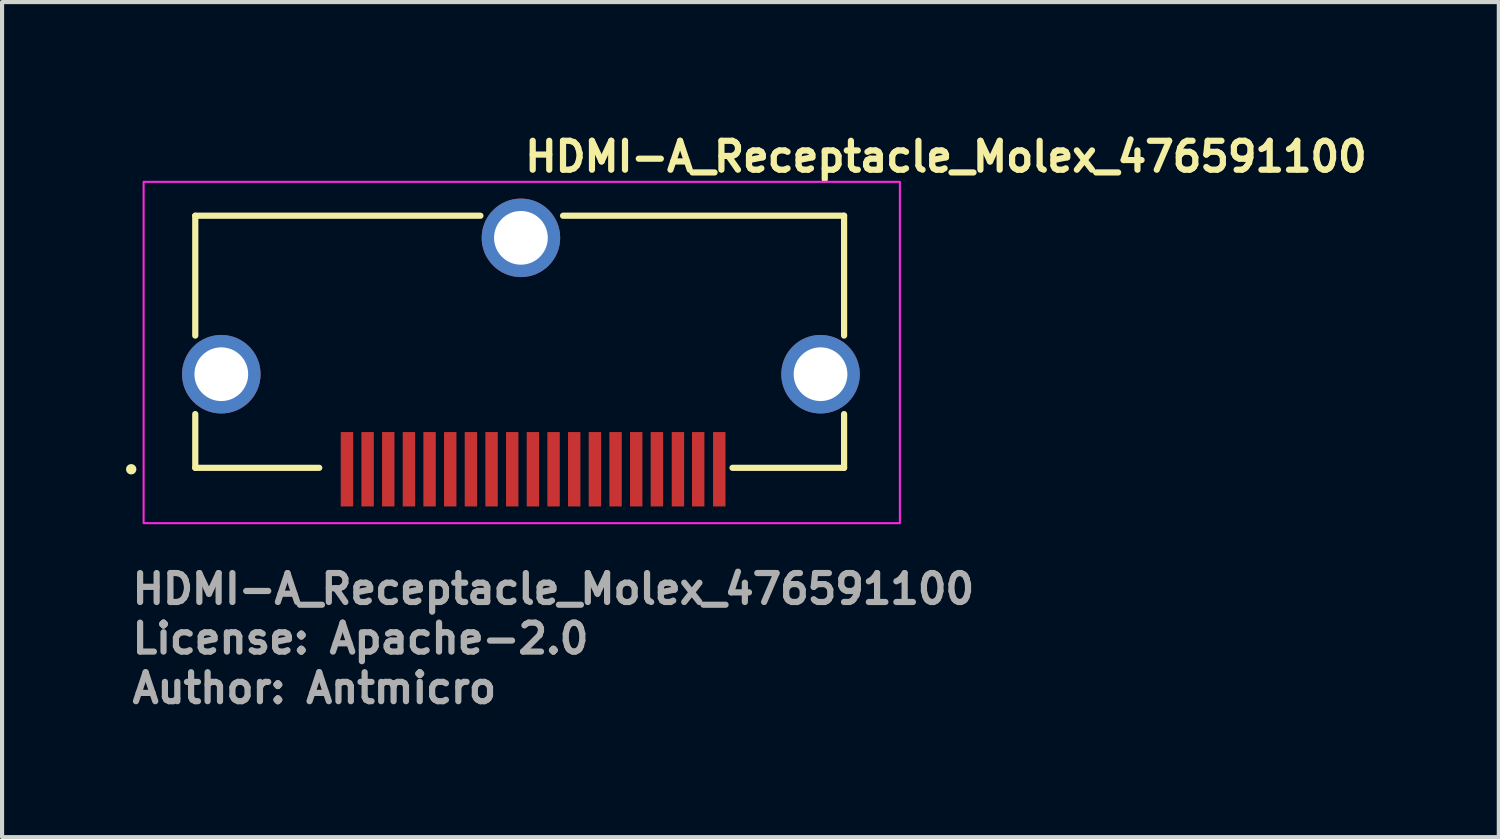
<source format=kicad_pcb>
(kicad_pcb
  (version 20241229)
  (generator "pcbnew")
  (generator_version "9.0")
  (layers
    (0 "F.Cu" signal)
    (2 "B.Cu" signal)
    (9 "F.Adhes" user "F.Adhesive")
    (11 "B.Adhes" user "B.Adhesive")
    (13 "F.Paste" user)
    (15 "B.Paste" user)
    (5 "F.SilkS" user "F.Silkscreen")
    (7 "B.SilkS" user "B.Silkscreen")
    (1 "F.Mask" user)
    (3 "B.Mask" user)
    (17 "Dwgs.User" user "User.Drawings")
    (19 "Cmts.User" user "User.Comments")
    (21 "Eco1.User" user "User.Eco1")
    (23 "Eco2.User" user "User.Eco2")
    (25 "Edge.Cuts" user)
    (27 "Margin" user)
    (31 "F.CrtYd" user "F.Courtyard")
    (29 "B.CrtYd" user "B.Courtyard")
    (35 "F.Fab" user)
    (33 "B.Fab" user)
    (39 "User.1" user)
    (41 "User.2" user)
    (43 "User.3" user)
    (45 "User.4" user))
  (footprint "HDMI-A_Receptacle_Molex_476591100"
    (layer "F.Cu")
    (at 9.575 5.37)
    (property "Reference" "HDMI-A_Receptacle_Molex_476591100" (at 0 -4.22 0) (layer "F.SilkS") (effects (font (size 0.7 0.7) (thickness 0.15)) (justify left bottom)))
    (attr smd)
    (fp_line (start -7.9 -3.2) (end -7.9 -0.3) (stroke (width 0.15) (type solid)) (layer "F.SilkS"))
    (fp_line (start -7.9 1.6) (end -7.9 2.9) (stroke (width 0.15) (type solid)) (layer "F.SilkS"))
    (fp_line (start -4.9 2.9) (end -7.9 2.9) (stroke (width 0.15) (type solid)) (layer "F.SilkS"))
    (fp_line (start -1 -3.2) (end -7.9 -3.2) (stroke (width 0.15) (type solid)) (layer "F.SilkS"))
    (fp_line (start 7.8 -3.2) (end 1 -3.2) (stroke (width 0.15) (type solid)) (layer "F.SilkS"))
    (fp_line (start 7.8 -0.3) (end 7.8 -3.2) (stroke (width 0.15) (type solid)) (layer "F.SilkS"))
    (fp_line (start 7.8 2.9) (end 5.1 2.9) (stroke (width 0.15) (type solid)) (layer "F.SilkS"))
    (fp_line (start 7.8 2.9) (end 7.8 1.6) (stroke (width 0.15) (type solid)) (layer "F.SilkS"))
    (fp_circle (center -9.45 2.935) (end -9.4 2.935) (stroke (width 0.15) (type solid)) (fill yes) (layer "F.SilkS"))
    (fp_rect (start -9.15 -4.02) (end 9.15 4.24) (stroke (width 0.05) (type solid)) (fill no) (layer "F.CrtYd"))
    (fp_rect (start 8.75 3.425) (end -8.75 -3.425) (stroke (width 0.1) (type solid)) (fill no) (layer "User.5"))
    (fp_line (start -7.48 -2.16) (end -7.48 -0.688) (stroke (width 0.01) (type solid)) (layer "User.9"))
    (fp_line (start -7.48 -1.66) (end -7.48 -1.63) (stroke (width 0.01) (type solid)) (layer "User.9"))
    (fp_line (start -7.48 -0.688) (end -7.405 -0.688) (stroke (width 0.01) (type solid)) (layer "User.9"))
    (fp_line (start -7.48 -0.19) (end -7.48 -0.16) (stroke (width 0.01) (type solid)) (layer "User.9"))
    (fp_line (start -7.48 1.79) (end -7.48 -0.688) (stroke (width 0.01) (type solid)) (layer "User.9"))
    (fp_line (start -7.48 1.79) (end -7.476 1.868) (stroke (width 0.01) (type solid)) (layer "User.9"))
    (fp_line (start -7.476 -2.234) (end -7.48 -2.16) (stroke (width 0.01) (type solid)) (layer "User.9"))
    (fp_line (start -7.476 -0.767) (end -7.48 -0.688) (stroke (width 0.01) (type solid)) (layer "User.9"))
    (fp_line (start -7.476 1.868) (end -7.465 1.946) (stroke (width 0.01) (type solid)) (layer "User.9"))
    (fp_line (start -7.466 -2.307) (end -7.476 -2.234) (stroke (width 0.01) (type solid)) (layer "User.9"))
    (fp_line (start -7.465 -0.844) (end -7.476 -0.767) (stroke (width 0.01) (type solid)) (layer "User.9"))
    (fp_line (start -7.465 1.946) (end -7.445 2.022) (stroke (width 0.01) (type solid)) (layer "User.9"))
    (fp_line (start -7.448 -2.377) (end -7.466 -2.307) (stroke (width 0.01) (type solid)) (layer "User.9"))
    (fp_line (start -7.446 -0.92) (end -7.465 -0.844) (stroke (width 0.01) (type solid)) (layer "User.9"))
    (fp_line (start -7.445 2.022) (end -7.419 2.096) (stroke (width 0.01) (type solid)) (layer "User.9"))
    (fp_line (start -7.423 -2.447) (end -7.448 -2.377) (stroke (width 0.01) (type solid)) (layer "User.9"))
    (fp_line (start -7.419 -0.994) (end -7.446 -0.92) (stroke (width 0.01) (type solid)) (layer "User.9"))
    (fp_line (start -7.419 2.096) (end -7.386 2.167) (stroke (width 0.01) (type solid)) (layer "User.9"))
    (fp_line (start -7.405 -0.688) (end -7.402 -0.76) (stroke (width 0.01) (type solid)) (layer "User.9"))
    (fp_line (start -7.405 1.79) (end -7.48 1.79) (stroke (width 0.01) (type solid)) (layer "User.9"))
    (fp_line (start -7.405 1.79) (end -7.405 -0.688) (stroke (width 0.01) (type solid)) (layer "User.9"))
    (fp_line (start -7.402 -0.76) (end -7.392 -0.83) (stroke (width 0.01) (type solid)) (layer "User.9"))
    (fp_line (start -7.401 1.866) (end -7.405 1.79) (stroke (width 0.01) (type solid)) (layer "User.9"))
    (fp_line (start -7.392 -0.83) (end -7.374 -0.9) (stroke (width 0.01) (type solid)) (layer "User.9"))
    (fp_line (start -7.391 -2.514) (end -7.423 -2.447) (stroke (width 0.01) (type solid)) (layer "User.9"))
    (fp_line (start -7.39 1.941) (end -7.401 1.866) (stroke (width 0.01) (type solid)) (layer "User.9"))
    (fp_line (start -7.386 -1.064) (end -7.419 -0.994) (stroke (width 0.01) (type solid)) (layer "User.9"))
    (fp_line (start -7.386 2.167) (end -7.346 2.234) (stroke (width 0.01) (type solid)) (layer "User.9"))
    (fp_line (start -7.374 -0.9) (end -7.35 -0.966) (stroke (width 0.01) (type solid)) (layer "User.9"))
    (fp_line (start -7.37 2.015) (end -7.39 1.941) (stroke (width 0.01) (type solid)) (layer "User.9"))
    (fp_line (start -7.354 -2.576) (end -7.391 -2.514) (stroke (width 0.01) (type solid)) (layer "User.9"))
    (fp_line (start -7.35 -0.966) (end -7.32 -1.03) (stroke (width 0.01) (type solid)) (layer "User.9"))
    (fp_line (start -7.346 -1.132) (end -7.386 -1.064) (stroke (width 0.01) (type solid)) (layer "User.9"))
    (fp_line (start -7.346 2.234) (end -7.298 2.298) (stroke (width 0.01) (type solid)) (layer "User.9"))
    (fp_line (start -7.342 2.085) (end -7.37 2.015) (stroke (width 0.01) (type solid)) (layer "User.9"))
    (fp_line (start -7.32 -1.03) (end -7.284 -1.091) (stroke (width 0.01) (type solid)) (layer "User.9"))
    (fp_line (start -7.31 -2.636) (end -7.354 -2.576) (stroke (width 0.01) (type solid)) (layer "User.9"))
    (fp_line (start -7.307 2.153) (end -7.342 2.085) (stroke (width 0.01) (type solid)) (layer "User.9"))
    (fp_line (start -7.299 -1.195) (end -7.346 -1.132) (stroke (width 0.01) (type solid)) (layer "User.9"))
    (fp_line (start -7.298 2.298) (end -7.246 2.356) (stroke (width 0.01) (type solid)) (layer "User.9"))
    (fp_line (start -7.284 -1.091) (end -7.241 -1.148) (stroke (width 0.01) (type solid)) (layer "User.9"))
    (fp_line (start -7.267 2.216) (end -7.307 2.153) (stroke (width 0.01) (type solid)) (layer "User.9"))
    (fp_line (start -7.26 -2.69) (end -7.31 -2.636) (stroke (width 0.01) (type solid)) (layer "User.9"))
    (fp_line (start -7.247 -1.253) (end -7.299 -1.195) (stroke (width 0.01) (type solid)) (layer "User.9"))
    (fp_line (start -7.246 2.356) (end -7.188 2.408) (stroke (width 0.01) (type solid)) (layer "User.9"))
    (fp_line (start -7.241 -1.148) (end -7.194 -1.201) (stroke (width 0.01) (type solid)) (layer "User.9"))
    (fp_line (start -7.219 2.275) (end -7.267 2.216) (stroke (width 0.01) (type solid)) (layer "User.9"))
    (fp_line (start -7.206 -2.74) (end -7.26 -2.69) (stroke (width 0.01) (type solid)) (layer "User.9"))
    (fp_line (start -7.194 -1.201) (end -7.141 -1.249) (stroke (width 0.01) (type solid)) (layer "User.9"))
    (fp_line (start -7.189 -1.305) (end -7.247 -1.253) (stroke (width 0.01) (type solid)) (layer "User.9"))
    (fp_line (start -7.188 2.408) (end -7.124 2.455) (stroke (width 0.01) (type solid)) (layer "User.9"))
    (fp_line (start -7.166 2.329) (end -7.219 2.275) (stroke (width 0.01) (type solid)) (layer "User.9"))
    (fp_line (start -7.147 -2.784) (end -7.206 -2.74) (stroke (width 0.01) (type solid)) (layer "User.9"))
    (fp_line (start -7.147 -0.688) (end -7.147 1.79) (stroke (width 0.01) (type solid)) (layer "User.9"))
    (fp_line (start -7.147 -0.688) (end -6.98 -0.688) (stroke (width 0.01) (type solid)) (layer "User.9"))
    (fp_line (start -7.147 1.79) (end -7.143 1.85) (stroke (width 0.01) (type solid)) (layer "User.9"))
    (fp_line (start -7.143 1.85) (end -7.131 1.91) (stroke (width 0.01) (type solid)) (layer "User.9"))
    (fp_line (start -7.142 -0.748) (end -7.147 -0.688) (stroke (width 0.01) (type solid)) (layer "User.9"))
    (fp_line (start -7.141 -1.249) (end -7.085 -1.291) (stroke (width 0.01) (type solid)) (layer "User.9"))
    (fp_line (start -7.132 -0.806) (end -7.142 -0.748) (stroke (width 0.01) (type solid)) (layer "User.9"))
    (fp_line (start -7.131 1.91) (end -7.111 1.969) (stroke (width 0.01) (type solid)) (layer "User.9"))
    (fp_line (start -7.126 -1.353) (end -7.189 -1.305) (stroke (width 0.01) (type solid)) (layer "User.9"))
    (fp_line (start -7.124 2.455) (end -7.057 2.495) (stroke (width 0.01) (type solid)) (layer "User.9"))
    (fp_line (start -7.113 -0.862) (end -7.132 -0.806) (stroke (width 0.01) (type solid)) (layer "User.9"))
    (fp_line (start -7.111 1.969) (end -7.084 2.023) (stroke (width 0.01) (type solid)) (layer "User.9"))
    (fp_line (start -7.106 2.377) (end -7.166 2.329) (stroke (width 0.01) (type solid)) (layer "User.9"))
    (fp_line (start -7.088 -0.916) (end -7.113 -0.862) (stroke (width 0.01) (type solid)) (layer "User.9"))
    (fp_line (start -7.085 -1.291) (end -7.024 -1.328) (stroke (width 0.01) (type solid)) (layer "User.9"))
    (fp_line (start -7.084 -2.821) (end -7.147 -2.784) (stroke (width 0.01) (type solid)) (layer "User.9"))
    (fp_line (start -7.084 2.023) (end -7.05 2.074) (stroke (width 0.01) (type solid)) (layer "User.9"))
    (fp_line (start -7.059 -1.393) (end -7.126 -1.353) (stroke (width 0.01) (type solid)) (layer "User.9"))
    (fp_line (start -7.057 2.495) (end -6.987 2.529) (stroke (width 0.01) (type solid)) (layer "User.9"))
    (fp_line (start -7.055 -0.966) (end -7.088 -0.916) (stroke (width 0.01) (type solid)) (layer "User.9"))
    (fp_line (start -7.05 2.074) (end -7.01 2.12) (stroke (width 0.01) (type solid)) (layer "User.9"))
    (fp_line (start -7.043 2.418) (end -7.106 2.377) (stroke (width 0.01) (type solid)) (layer "User.9"))
    (fp_line (start -7.024 -1.328) (end -6.96 -1.358) (stroke (width 0.01) (type solid)) (layer "User.9"))
    (fp_line (start -7.02 1.09) (end -7.016 1.054) (stroke (width 0.01) (type solid)) (layer "User.9"))
    (fp_line (start -7.02 1.09) (end -7.017 1.056) (stroke (width 0.01) (type solid)) (layer "User.9"))
    (fp_line (start -7.017 -2.853) (end -7.084 -2.821) (stroke (width 0.01) (type solid)) (layer "User.9"))
    (fp_line (start -7.017 -1.011) (end -7.055 -0.966) (stroke (width 0.01) (type solid)) (layer "User.9"))
    (fp_line (start -7.017 1.056) (end -7.009 1.026) (stroke (width 0.01) (type solid)) (layer "User.9"))
    (fp_line (start -7.017 1.124) (end -7.02 1.09) (stroke (width 0.01) (type solid)) (layer "User.9"))
    (fp_line (start -7.016 1.054) (end -7.004 1.019) (stroke (width 0.01) (type solid)) (layer "User.9"))
    (fp_line (start -7.016 1.126) (end -7.02 1.09) (stroke (width 0.01) (type solid)) (layer "User.9"))
    (fp_line (start -7.01 2.12) (end -6.964 2.16) (stroke (width 0.01) (type solid)) (layer "User.9"))
    (fp_line (start -7.009 1.026) (end -6.996 1.002) (stroke (width 0.01) (type solid)) (layer "User.9"))
    (fp_line (start -7.009 1.153) (end -7.017 1.124) (stroke (width 0.01) (type solid)) (layer "User.9"))
    (fp_line (start -7.005 1.161) (end -7.016 1.126) (stroke (width 0.01) (type solid)) (layer "User.9"))
    (fp_line (start -7.004 1.019) (end -6.985 0.987) (stroke (width 0.01) (type solid)) (layer "User.9"))
    (fp_line (start -6.996 1.002) (end -6.98 0.98) (stroke (width 0.01) (type solid)) (layer "User.9"))
    (fp_line (start -6.996 1.178) (end -7.009 1.153) (stroke (width 0.01) (type solid)) (layer "User.9"))
    (fp_line (start -6.989 -1.426) (end -7.059 -1.393) (stroke (width 0.01) (type solid)) (layer "User.9"))
    (fp_line (start -6.987 2.529) (end -6.912 2.556) (stroke (width 0.01) (type solid)) (layer "User.9"))
    (fp_line (start -6.985 0.987) (end -6.96 0.961) (stroke (width 0.01) (type solid)) (layer "User.9"))
    (fp_line (start -6.985 1.193) (end -7.005 1.161) (stroke (width 0.01) (type solid)) (layer "User.9"))
    (fp_line (start -6.98 -2.16) (end -6.98 -1.43) (stroke (width 0.01) (type solid)) (layer "User.9"))
    (fp_line (start -6.98 -2.16) (end -6.978 -2.193) (stroke (width 0.01) (type solid)) (layer "User.9"))
    (fp_line (start -6.98 -1.628) (end -6.978 -1.514) (stroke (width 0.01) (type solid)) (layer "User.9"))
    (fp_line (start -6.98 -0.688) (end -6.98 0.98) (stroke (width 0.01) (type solid)) (layer "User.9"))
    (fp_line (start -6.98 -0.688) (end -6.976 -0.736) (stroke (width 0.01) (type solid)) (layer "User.9"))
    (fp_line (start -6.98 -0.259) (end -6.98 -0.192) (stroke (width 0.01) (type solid)) (layer "User.9"))
    (fp_line (start -6.98 1.2) (end -6.996 1.178) (stroke (width 0.01) (type solid)) (layer "User.9"))
    (fp_line (start -6.98 1.2) (end -6.98 1.79) (stroke (width 0.01) (type solid)) (layer "User.9"))
    (fp_line (start -6.98 1.79) (end -7.147 1.79) (stroke (width 0.01) (type solid)) (layer "User.9"))
    (fp_line (start -6.978 -1.514) (end -6.974 -1.469) (stroke (width 0.01) (type solid)) (layer "User.9"))
    (fp_line (start -6.978 -0.317) (end -6.98 -0.259) (stroke (width 0.01) (type solid)) (layer "User.9"))
    (fp_line (start -6.978 -2.193) (end -6.971 -2.226) (stroke (width 0.01) (type solid)) (layer "User.9"))
    (fp_line (start -6.976 -0.736) (end -6.965 -0.782) (stroke (width 0.01) (type solid)) (layer "User.9"))
    (fp_line (start -6.976 1.837) (end -6.98 1.79) (stroke (width 0.01) (type solid)) (layer "User.9"))
    (fp_line (start -6.974 -1.469) (end -6.97 -1.451) (stroke (width 0.01) (type solid)) (layer "User.9"))
    (fp_line (start -6.974 -1.051) (end -7.017 -1.011) (stroke (width 0.01) (type solid)) (layer "User.9"))
    (fp_line (start -6.974 2.452) (end -7.043 2.418) (stroke (width 0.01) (type solid)) (layer "User.9"))
    (fp_line (start -6.972 -0.363) (end -6.978 -0.317) (stroke (width 0.01) (type solid)) (layer "User.9"))
    (fp_line (start -6.971 -2.226) (end -6.96 -2.258) (stroke (width 0.01) (type solid)) (layer "User.9"))
    (fp_line (start -6.97 -1.451) (end -6.965 -1.436) (stroke (width 0.01) (type solid)) (layer "User.9"))
    (fp_line (start -6.967 -0.381) (end -6.972 -0.363) (stroke (width 0.01) (type solid)) (layer "User.9"))
    (fp_line (start -6.965 -0.782) (end -6.946 -0.826) (stroke (width 0.01) (type solid)) (layer "User.9"))
    (fp_line (start -6.965 1.883) (end -6.976 1.837) (stroke (width 0.01) (type solid)) (layer "User.9"))
    (fp_line (start -6.964 2.16) (end -6.914 2.194) (stroke (width 0.01) (type solid)) (layer "User.9"))
    (fp_line (start -6.96 -0.395) (end -6.967 -0.381) (stroke (width 0.01) (type solid)) (layer "User.9"))
    (fp_line (start -6.96 -2.258) (end -6.96 -1.438) (stroke (width 0.01) (type solid)) (layer "User.9"))
    (fp_line (start -6.96 -0.796) (end -6.96 0.96) (stroke (width 0.01) (type solid)) (layer "User.9"))
    (fp_line (start -6.96 1.22) (end -6.985 1.193) (stroke (width 0.01) (type solid)) (layer "User.9"))
    (fp_line (start -6.96 1.22) (end -6.96 1.55) (stroke (width 0.01) (type solid)) (layer "User.9"))
    (fp_line (start -6.96 1.898) (end -6.96 1.55) (stroke (width 0.01) (type solid)) (layer "User.9"))
    (fp_line (start -6.96 3.44) (end -6.96 2.54) (stroke (width 0.01) (type solid)) (layer "User.9"))
    (fp_line (start -6.96 -1.358) (end -6.893 -1.382) (stroke (width 0.01) (type solid)) (layer "User.9"))
    (fp_line (start -6.948 -2.878) (end -7.017 -2.853) (stroke (width 0.01) (type solid)) (layer "User.9"))
    (fp_line (start -6.947 1.926) (end -6.965 1.883) (stroke (width 0.01) (type solid)) (layer "User.9"))
    (fp_line (start -6.946 -0.826) (end -6.921 -0.866) (stroke (width 0.01) (type solid)) (layer "User.9"))
    (fp_line (start -6.925 -1.086) (end -6.974 -1.051) (stroke (width 0.01) (type solid)) (layer "User.9"))
    (fp_line (start -6.922 1.966) (end -6.947 1.926) (stroke (width 0.01) (type solid)) (layer "User.9"))
    (fp_line (start -6.921 -0.866) (end -6.89 -0.903) (stroke (width 0.01) (type solid)) (layer "User.9"))
    (fp_line (start -6.915 -1.453) (end -6.422 -1.605) (stroke (width 0.01) (type solid)) (layer "User.9"))
    (fp_line (start -6.915 -1.453) (end -6.989 -1.426) (stroke (width 0.01) (type solid)) (layer "User.9"))
    (fp_line (start -6.914 2.194) (end -6.859 2.221) (stroke (width 0.01) (type solid)) (layer "User.9"))
    (fp_line (start -6.912 2.556) (end -6.836 2.575) (stroke (width 0.01) (type solid)) (layer "User.9"))
    (fp_line (start -6.904 2.479) (end -6.974 2.452) (stroke (width 0.01) (type solid)) (layer "User.9"))
    (fp_line (start -6.893 -1.381) (end -6.915 -1.453) (stroke (width 0.01) (type solid)) (layer "User.9"))
    (fp_line (start -6.893 -1.381) (end -6.4 -1.533) (stroke (width 0.01) (type solid)) (layer "User.9"))
    (fp_line (start -6.892 2.003) (end -6.922 1.966) (stroke (width 0.01) (type solid)) (layer "User.9"))
    (fp_line (start -6.89 -0.903) (end -6.853 -0.933) (stroke (width 0.01) (type solid)) (layer "User.9"))
    (fp_line (start -6.876 -2.896) (end -6.948 -2.878) (stroke (width 0.01) (type solid)) (layer "User.9"))
    (fp_line (start -6.873 -1.114) (end -6.925 -1.086) (stroke (width 0.01) (type solid)) (layer "User.9"))
    (fp_line (start -6.859 2.221) (end -6.801 2.241) (stroke (width 0.01) (type solid)) (layer "User.9"))
    (fp_line (start -6.856 2.033) (end -6.892 2.003) (stroke (width 0.01) (type solid)) (layer "User.9"))
    (fp_line (start -6.853 -0.933) (end -6.813 -0.958) (stroke (width 0.01) (type solid)) (layer "User.9"))
    (fp_line (start -6.836 2.575) (end -6.758 2.586) (stroke (width 0.01) (type solid)) (layer "User.9"))
    (fp_line (start -6.831 2.499) (end -6.904 2.479) (stroke (width 0.01) (type solid)) (layer "User.9"))
    (fp_line (start -6.817 -1.134) (end -6.873 -1.114) (stroke (width 0.01) (type solid)) (layer "User.9"))
    (fp_line (start -6.816 2.057) (end -6.856 2.033) (stroke (width 0.01) (type solid)) (layer "User.9"))
    (fp_line (start -6.813 -0.958) (end -6.768 -0.975) (stroke (width 0.01) (type solid)) (layer "User.9"))
    (fp_line (start -6.804 -2.906) (end -6.876 -2.896) (stroke (width 0.01) (type solid)) (layer "User.9"))
    (fp_line (start -6.801 2.241) (end -6.741 2.253) (stroke (width 0.01) (type solid)) (layer "User.9"))
    (fp_line (start -6.773 2.076) (end -6.816 2.057) (stroke (width 0.01) (type solid)) (layer "User.9"))
    (fp_line (start -6.768 -0.975) (end -6.818 -1.135) (stroke (width 0.01) (type solid)) (layer "User.9"))
    (fp_line (start -6.758 2.586) (end -6.68 2.59) (stroke (width 0.01) (type solid)) (layer "User.9"))
    (fp_line (start -6.756 2.511) (end -6.831 2.499) (stroke (width 0.01) (type solid)) (layer "User.9"))
    (fp_line (start -6.741 2.253) (end -6.681 2.257) (stroke (width 0.01) (type solid)) (layer "User.9"))
    (fp_line (start -6.73 -2.91) (end -6.804 -2.906) (stroke (width 0.01) (type solid)) (layer "User.9"))
    (fp_line (start -6.727 2.086) (end -6.773 2.076) (stroke (width 0.01) (type solid)) (layer "User.9"))
    (fp_line (start -6.68 2.09) (end -6.727 2.086) (stroke (width 0.01) (type solid)) (layer "User.9"))
    (fp_line (start -6.68 2.09) (end -6.43 2.09) (stroke (width 0.01) (type solid)) (layer "User.9"))
    (fp_line (start -6.68 2.257) (end -6.68 2.09) (stroke (width 0.01) (type solid)) (layer "User.9"))
    (fp_line (start -6.68 2.257) (end -0.495 2.257) (stroke (width 0.01) (type solid)) (layer "User.9"))
    (fp_line (start -6.68 2.515) (end -6.756 2.511) (stroke (width 0.01) (type solid)) (layer "User.9"))
    (fp_line (start -6.68 2.59) (end -6.68 2.515) (stroke (width 0.01) (type solid)) (layer "User.9"))
    (fp_line (start -6.422 -1.605) (end -6.4 -1.533) (stroke (width 0.01) (type solid)) (layer "User.9"))
    (fp_line (start -6.4 -1.533) (end -6.34 -1.555) (stroke (width 0.01) (type solid)) (layer "User.9"))
    (fp_line (start -6.371 -1.624) (end -6.422 -1.604) (stroke (width 0.01) (type solid)) (layer "User.9"))
    (fp_line (start -6.34 -1.555) (end -6.284 -1.583) (stroke (width 0.01) (type solid)) (layer "User.9"))
    (fp_line (start -6.324 -1.286) (end -6.817 -1.134) (stroke (width 0.01) (type solid)) (layer "User.9"))
    (fp_line (start -6.324 -1.286) (end -6.275 -1.126) (stroke (width 0.01) (type solid)) (layer "User.9"))
    (fp_line (start -6.321 -1.648) (end -6.371 -1.624) (stroke (width 0.01) (type solid)) (layer "User.9"))
    (fp_line (start -6.284 -1.583) (end -6.231 -1.618) (stroke (width 0.01) (type solid)) (layer "User.9"))
    (fp_line (start -6.28 -2.91) (end -6.73 -2.91) (stroke (width 0.01) (type solid)) (layer "User.9"))
    (fp_line (start -6.28 -2.91) (end -6.28 -2.42) (stroke (width 0.01) (type solid)) (layer "User.9"))
    (fp_line (start -6.28 -2.91) (end -5.88 -2.91) (stroke (width 0.01) (type solid)) (layer "User.9"))
    (fp_line (start -6.28 -2.42) (end -5.76 -2.42) (stroke (width 0.01) (type solid)) (layer "User.9"))
    (fp_line (start -6.275 -1.678) (end -6.321 -1.648) (stroke (width 0.01) (type solid)) (layer "User.9"))
    (fp_line (start -6.275 -1.127) (end -6.768 -0.975) (stroke (width 0.01) (type solid)) (layer "User.9"))
    (fp_line (start -6.275 -1.127) (end -6.201 -1.153) (stroke (width 0.01) (type solid)) (layer "User.9"))
    (fp_line (start -6.253 -1.312) (end -6.324 -1.286) (stroke (width 0.01) (type solid)) (layer "User.9"))
    (fp_line (start -6.232 -1.713) (end -6.275 -1.678) (stroke (width 0.01) (type solid)) (layer "User.9"))
    (fp_line (start -6.231 -1.618) (end -6.181 -1.658) (stroke (width 0.01) (type solid)) (layer "User.9"))
    (fp_line (start -6.201 -1.153) (end -6.129 -1.185) (stroke (width 0.01) (type solid)) (layer "User.9"))
    (fp_line (start -6.194 -1.752) (end -6.232 -1.713) (stroke (width 0.01) (type solid)) (layer "User.9"))
    (fp_line (start -6.194 -1.752) (end -5.37 -2.69) (stroke (width 0.01) (type solid)) (layer "User.9"))
    (fp_line (start -6.183 -1.344) (end -6.253 -1.312) (stroke (width 0.01) (type solid)) (layer "User.9"))
    (fp_line (start -6.181 -1.658) (end -6.137 -1.703) (stroke (width 0.01) (type solid)) (layer "User.9"))
    (fp_line (start -6.137 -1.703) (end -6.194 -1.753) (stroke (width 0.01) (type solid)) (layer "User.9"))
    (fp_line (start -6.137 -1.703) (end -5.314 -2.639) (stroke (width 0.01) (type solid)) (layer "User.9"))
    (fp_line (start -6.129 -1.185) (end -6.059 -1.222) (stroke (width 0.01) (type solid)) (layer "User.9"))
    (fp_line (start -6.117 -1.383) (end -6.183 -1.344) (stroke (width 0.01) (type solid)) (layer "User.9"))
    (fp_line (start -6.059 -1.222) (end -5.994 -1.265) (stroke (width 0.01) (type solid)) (layer "User.9"))
    (fp_line (start -6.054 -1.427) (end -6.117 -1.383) (stroke (width 0.01) (type solid)) (layer "User.9"))
    (fp_line (start -5.997 -1.477) (end -6.054 -1.427) (stroke (width 0.01) (type solid)) (layer "User.9"))
    (fp_line (start -5.994 -1.265) (end -5.931 -1.313) (stroke (width 0.01) (type solid)) (layer "User.9"))
    (fp_line (start -5.96 2.64) (end -5.61 2.64) (stroke (width 0.01) (type solid)) (layer "User.9"))
    (fp_line (start -5.96 3.44) (end -6.96 3.44) (stroke (width 0.01) (type solid)) (layer "User.9"))
    (fp_line (start -5.96 3.44) (end -5.96 2.64) (stroke (width 0.01) (type solid)) (layer "User.9"))
    (fp_line (start -5.943 -1.532) (end -5.997 -1.477) (stroke (width 0.01) (type solid)) (layer "User.9"))
    (fp_line (start -5.931 -1.313) (end -5.873 -1.365) (stroke (width 0.01) (type solid)) (layer "User.9"))
    (fp_line (start -5.88 -2.42) (end -5.88 -2.91) (stroke (width 0.01) (type solid)) (layer "User.9"))
    (fp_line (start -5.873 -1.365) (end -5.818 -1.422) (stroke (width 0.01) (type solid)) (layer "User.9"))
    (fp_line (start -5.818 -1.422) (end -5.943 -1.532) (stroke (width 0.01) (type solid)) (layer "User.9"))
    (fp_line (start -5.76 -2.96) (end -4.77 -2.96) (stroke (width 0.01) (type solid)) (layer "User.9"))
    (fp_line (start -5.76 -2.76) (end -5.299 -2.76) (stroke (width 0.01) (type solid)) (layer "User.9"))
    (fp_line (start -5.76 -2.42) (end -5.76 -2.76) (stroke (width 0.01) (type solid)) (layer "User.9"))
    (fp_line (start -5.76 -2.76) (end -5.76 -2.96) (stroke (width 0.01) (type solid)) (layer "User.9"))
    (fp_line (start -5.61 2.64) (end -5.61 2.59) (stroke (width 0.01) (type solid)) (layer "User.9"))
    (fp_line (start -5.37 -2.689) (end -5.314 -2.639) (stroke (width 0.01) (type solid)) (layer "User.9"))
    (fp_line (start -5.317 -2.742) (end -5.37 -2.689) (stroke (width 0.01) (type solid)) (layer "User.9"))
    (fp_line (start -5.314 -2.639) (end -5.266 -2.689) (stroke (width 0.01) (type solid)) (layer "User.9"))
    (fp_line (start -5.266 -2.689) (end -5.214 -2.733) (stroke (width 0.01) (type solid)) (layer "User.9"))
    (fp_line (start -5.26 -2.792) (end -5.317 -2.742) (stroke (width 0.01) (type solid)) (layer "User.9"))
    (fp_line (start -5.23 2.09) (end -6.43 2.09) (stroke (width 0.01) (type solid)) (layer "User.9"))
    (fp_line (start -5.23 2.09) (end -1.73 2.09) (stroke (width 0.01) (type solid)) (layer "User.9"))
    (fp_line (start -5.214 -2.733) (end -5.158 -2.772) (stroke (width 0.01) (type solid)) (layer "User.9"))
    (fp_line (start -5.198 -2.835) (end -5.26 -2.792) (stroke (width 0.01) (type solid)) (layer "User.9"))
    (fp_line (start -5.158 -2.772) (end -5.098 -2.806) (stroke (width 0.01) (type solid)) (layer "User.9"))
    (fp_line (start -5.133 -2.873) (end -5.198 -2.835) (stroke (width 0.01) (type solid)) (layer "User.9"))
    (fp_line (start -5.12 -2.468) (end -5.943 -1.532) (stroke (width 0.01) (type solid)) (layer "User.9"))
    (fp_line (start -5.12 -2.468) (end -5.11 -2.46) (stroke (width 0.01) (type solid)) (layer "User.9"))
    (fp_line (start -5.11 -2.46) (end -4.77 -2.46) (stroke (width 0.01) (type solid)) (layer "User.9"))
    (fp_line (start -5.098 -2.806) (end -5.037 -2.834) (stroke (width 0.01) (type solid)) (layer "User.9"))
    (fp_line (start -5.08 -2.508) (end -5.12 -2.468) (stroke (width 0.01) (type solid)) (layer "User.9"))
    (fp_line (start -5.064 -2.904) (end -5.133 -2.873) (stroke (width 0.01) (type solid)) (layer "User.9"))
    (fp_line (start -5.037 -2.834) (end -4.972 -2.856) (stroke (width 0.01) (type solid)) (layer "User.9"))
    (fp_line (start -5.035 -2.543) (end -5.08 -2.508) (stroke (width 0.01) (type solid)) (layer "User.9"))
    (fp_line (start -4.993 -2.928) (end -5.064 -2.904) (stroke (width 0.01) (type solid)) (layer "User.9"))
    (fp_line (start -4.987 -2.573) (end -5.035 -2.543) (stroke (width 0.01) (type solid)) (layer "User.9"))
    (fp_line (start -4.972 -2.856) (end -4.905 -2.872) (stroke (width 0.01) (type solid)) (layer "User.9"))
    (fp_line (start -4.935 -2.596) (end -4.987 -2.573) (stroke (width 0.01) (type solid)) (layer "User.9"))
    (fp_line (start -4.919 -2.946) (end -4.993 -2.928) (stroke (width 0.01) (type solid)) (layer "User.9"))
    (fp_line (start -4.905 -2.872) (end -4.838 -2.882) (stroke (width 0.01) (type solid)) (layer "User.9"))
    (fp_line (start -4.905 -2.46) (end -5.818 -1.422) (stroke (width 0.01) (type solid)) (layer "User.9"))
    (fp_line (start -4.882 -2.613) (end -4.935 -2.596) (stroke (width 0.01) (type solid)) (layer "User.9"))
    (fp_line (start -4.845 -2.956) (end -4.919 -2.946) (stroke (width 0.01) (type solid)) (layer "User.9"))
    (fp_line (start -4.838 -2.882) (end -4.769 -2.885) (stroke (width 0.01) (type solid)) (layer "User.9"))
    (fp_line (start -4.826 -2.623) (end -4.882 -2.613) (stroke (width 0.01) (type solid)) (layer "User.9"))
    (fp_line (start -4.77 -2.96) (end -4.845 -2.956) (stroke (width 0.01) (type solid)) (layer "User.9"))
    (fp_line (start -4.77 -2.96) (end 4.81 -2.96) (stroke (width 0.01) (type solid)) (layer "User.9"))
    (fp_line (start -4.77 -2.885) (end -4.77 -2.96) (stroke (width 0.01) (type solid)) (layer "User.9"))
    (fp_line (start -4.77 -2.885) (end 4.81 -2.885) (stroke (width 0.01) (type solid)) (layer "User.9"))
    (fp_line (start -4.77 -2.627) (end -4.826 -2.623) (stroke (width 0.01) (type solid)) (layer "User.9"))
    (fp_line (start -4.77 -2.46) (end -4.905 -2.46) (stroke (width 0.01) (type solid)) (layer "User.9"))
    (fp_line (start -4.77 -2.46) (end -4.77 -2.627) (stroke (width 0.01) (type solid)) (layer "User.9"))
    (fp_line (start -4.605 2.09) (end -4.605 2.05) (stroke (width 0.01) (type solid)) (layer "User.9"))
    (fp_line (start -4.605 2.64) (end -5.61 2.64) (stroke (width 0.01) (type solid)) (layer "User.9"))
    (fp_line (start -4.605 2.64) (end -4.605 2.59) (stroke (width 0.01) (type solid)) (layer "User.9"))
    (fp_line (start -4.605 2.64) (end 4.645 2.64) (stroke (width 0.01) (type solid)) (layer "User.9"))
    (fp_line (start -4.56 -2.46) (end -4.56 -2.42) (stroke (width 0.01) (type solid)) (layer "User.9"))
    (fp_line (start -4.56 -2.42) (end -3.455 -2.42) (stroke (width 0.01) (type solid)) (layer "User.9"))
    (fp_line (start -4.36 -2.46) (end -4.36 -2.42) (stroke (width 0.01) (type solid)) (layer "User.9"))
    (fp_line (start -4.315 2.084) (end -4.315 2.09) (stroke (width 0.01) (type solid)) (layer "User.9"))
    (fp_line (start -4.311 2.05) (end -4.605 2.05) (stroke (width 0.01) (type solid)) (layer "User.9"))
    (fp_line (start -4.29 2.64) (end -4.29 2.909) (stroke (width 0.01) (type solid)) (layer "User.9"))
    (fp_line (start -4.29 2.909) (end -4.29 3.44) (stroke (width 0.01) (type solid)) (layer "User.9"))
    (fp_line (start -4.283 1.777) (end -4.315 2.087) (stroke (width 0.01) (type solid)) (layer "User.9"))
    (fp_line (start -4.283 1.777) (end -3.177 1.777) (stroke (width 0.01) (type solid)) (layer "User.9"))
    (fp_line (start -4.273 1.712) (end -4.283 1.777) (stroke (width 0.01) (type solid)) (layer "User.9"))
    (fp_line (start -4.268 1.696) (end -4.273 1.712) (stroke (width 0.01) (type solid)) (layer "User.9"))
    (fp_line (start -4.266 1.691) (end -4.268 1.696) (stroke (width 0.01) (type solid)) (layer "User.9"))
    (fp_line (start -4.263 1.69) (end -3.197 1.69) (stroke (width 0.01) (type solid)) (layer "User.9"))
    (fp_line (start -4.263 1.69) (end -4.266 1.691) (stroke (width 0.01) (type solid)) (layer "User.9"))
    (fp_line (start -4.09 2.64) (end -4.09 2.909) (stroke (width 0.01) (type solid)) (layer "User.9"))
    (fp_line (start -4.09 2.909) (end -4.29 2.909) (stroke (width 0.01) (type solid)) (layer "User.9"))
    (fp_line (start -4.09 2.909) (end -4.09 3.44) (stroke (width 0.01) (type solid)) (layer "User.9"))
    (fp_line (start -4.09 3.44) (end -4.29 3.44) (stroke (width 0.01) (type solid)) (layer "User.9"))
    (fp_line (start -3.79 2.64) (end -3.79 2.909) (stroke (width 0.01) (type solid)) (layer "User.9"))
    (fp_line (start -3.79 2.909) (end -3.79 3.44) (stroke (width 0.01) (type solid)) (layer "User.9"))
    (fp_line (start -3.59 2.64) (end -3.59 2.909) (stroke (width 0.01) (type solid)) (layer "User.9"))
    (fp_line (start -3.59 2.909) (end -3.79 2.909) (stroke (width 0.01) (type solid)) (layer "User.9"))
    (fp_line (start -3.59 2.909) (end -3.59 3.44) (stroke (width 0.01) (type solid)) (layer "User.9"))
    (fp_line (start -3.59 3.44) (end -3.79 3.44) (stroke (width 0.01) (type solid)) (layer "User.9"))
    (fp_line (start -3.455 -2.45) (end -3.455 -2.42) (stroke (width 0.01) (type solid)) (layer "User.9"))
    (fp_line (start -3.29 2.64) (end -3.29 2.909) (stroke (width 0.01) (type solid)) (layer "User.9"))
    (fp_line (start -3.29 2.909) (end -3.29 3.44) (stroke (width 0.01) (type solid)) (layer "User.9"))
    (fp_line (start -3.194 1.691) (end -3.197 1.69) (stroke (width 0.01) (type solid)) (layer "User.9"))
    (fp_line (start -3.192 1.696) (end -3.194 1.691) (stroke (width 0.01) (type solid)) (layer "User.9"))
    (fp_line (start -3.187 1.712) (end -3.192 1.696) (stroke (width 0.01) (type solid)) (layer "User.9"))
    (fp_line (start -3.177 1.777) (end -3.187 1.712) (stroke (width 0.01) (type solid)) (layer "User.9"))
    (fp_line (start -3.146 2.07) (end -4.316 2.078) (stroke (width 0.01) (type solid)) (layer "User.9"))
    (fp_line (start -3.146 2.07) (end -3.177 1.777) (stroke (width 0.01) (type solid)) (layer "User.9"))
    (fp_line (start -3.146 2.07) (end -3.145 2.084) (stroke (width 0.01) (type solid)) (layer "User.9"))
    (fp_line (start -3.142 2.59) (end -4.317 2.59) (stroke (width 0.01) (type solid)) (layer "User.9"))
    (fp_line (start -3.09 2.64) (end -3.09 2.909) (stroke (width 0.01) (type solid)) (layer "User.9"))
    (fp_line (start -3.09 2.909) (end -3.29 2.909) (stroke (width 0.01) (type solid)) (layer "User.9"))
    (fp_line (start -3.09 2.909) (end -3.09 3.44) (stroke (width 0.01) (type solid)) (layer "User.9"))
    (fp_line (start -3.09 3.44) (end -3.29 3.44) (stroke (width 0.01) (type solid)) (layer "User.9"))
    (fp_line (start -3.024 -2.45) (end -3.454 -2.45) (stroke (width 0.01) (type solid)) (layer "User.9"))
    (fp_line (start -3.024 -2.447) (end -3.024 -2.46) (stroke (width 0.01) (type solid)) (layer "User.9"))
    (fp_line (start -3.02 -2.31) (end -3.024 -2.447) (stroke (width 0.01) (type solid)) (layer "User.9"))
    (fp_line (start -3.02 -2.31) (end -1.939 -2.31) (stroke (width 0.01) (type solid)) (layer "User.9"))
    (fp_line (start -2.979 -2.31) (end -2.979 -2.46) (stroke (width 0.01) (type solid)) (layer "User.9"))
    (fp_line (start -2.96 -2.31) (end -2.979 -2.31) (stroke (width 0.01) (type solid)) (layer "User.9"))
    (fp_line (start -2.956 -2.46) (end -2.956 -2.37) (stroke (width 0.01) (type solid)) (layer "User.9"))
    (fp_line (start -2.956 -2.37) (end -2.961 -2.31) (stroke (width 0.01) (type solid)) (layer "User.9"))
    (fp_line (start -2.951 -2.393) (end -2.956 -2.369) (stroke (width 0.01) (type solid)) (layer "User.9"))
    (fp_line (start -2.941 -2.416) (end -2.951 -2.393) (stroke (width 0.01) (type solid)) (layer "User.9"))
    (fp_line (start -2.925 -2.439) (end -2.941 -2.416) (stroke (width 0.01) (type solid)) (layer "User.9"))
    (fp_line (start -2.903 -2.46) (end -2.925 -2.439) (stroke (width 0.01) (type solid)) (layer "User.9"))
    (fp_line (start -2.79 2.64) (end -2.79 2.909) (stroke (width 0.01) (type solid)) (layer "User.9"))
    (fp_line (start -2.79 2.909) (end -2.79 3.44) (stroke (width 0.01) (type solid)) (layer "User.9"))
    (fp_line (start -2.59 2.64) (end -2.59 2.909) (stroke (width 0.01) (type solid)) (layer "User.9"))
    (fp_line (start -2.59 2.909) (end -2.79 2.909) (stroke (width 0.01) (type solid)) (layer "User.9"))
    (fp_line (start -2.59 2.909) (end -2.59 3.44) (stroke (width 0.01) (type solid)) (layer "User.9"))
    (fp_line (start -2.59 3.44) (end -2.79 3.44) (stroke (width 0.01) (type solid)) (layer "User.9"))
    (fp_line (start -2.29 2.64) (end -2.29 2.909) (stroke (width 0.01) (type solid)) (layer "User.9"))
    (fp_line (start -2.29 2.909) (end -2.29 3.44) (stroke (width 0.01) (type solid)) (layer "User.9"))
    (fp_line (start -2.09 2.64) (end -2.09 2.909) (stroke (width 0.01) (type solid)) (layer "User.9"))
    (fp_line (start -2.09 2.909) (end -2.29 2.909) (stroke (width 0.01) (type solid)) (layer "User.9"))
    (fp_line (start -2.09 2.909) (end -2.09 3.44) (stroke (width 0.01) (type solid)) (layer "User.9"))
    (fp_line (start -2.09 3.44) (end -2.29 3.44) (stroke (width 0.01) (type solid)) (layer "User.9"))
    (fp_line (start -2.035 -2.439) (end -2.057 -2.46) (stroke (width 0.01) (type solid)) (layer "User.9"))
    (fp_line (start -2.019 -2.416) (end -2.035 -2.439) (stroke (width 0.01) (type solid)) (layer "User.9"))
    (fp_line (start -2.009 -2.393) (end -2.019 -2.416) (stroke (width 0.01) (type solid)) (layer "User.9"))
    (fp_line (start -2.004 -2.37) (end -2.009 -2.393) (stroke (width 0.01) (type solid)) (layer "User.9"))
    (fp_line (start -2.004 -2.37) (end -2.004 -2.46) (stroke (width 0.01) (type solid)) (layer "User.9"))
    (fp_line (start -2 -2.31) (end -2.004 -2.37) (stroke (width 0.01) (type solid)) (layer "User.9"))
    (fp_line (start -1.981 -2.46) (end -1.981 -2.31) (stroke (width 0.01) (type solid)) (layer "User.9"))
    (fp_line (start -1.937 -2.42) (end 1.977 -2.42) (stroke (width 0.01) (type solid)) (layer "User.9"))
    (fp_line (start -1.936 -2.46) (end -1.936 -2.452) (stroke (width 0.01) (type solid)) (layer "User.9"))
    (fp_line (start -1.936 -2.452) (end -1.939 -2.31) (stroke (width 0.01) (type solid)) (layer "User.9"))
    (fp_line (start -1.79 -2.46) (end -1.936 -2.452) (stroke (width 0.01) (type solid)) (layer "User.9"))
    (fp_line (start -1.79 2.64) (end -1.79 2.909) (stroke (width 0.01) (type solid)) (layer "User.9"))
    (fp_line (start -1.79 2.909) (end -1.79 3.44) (stroke (width 0.01) (type solid)) (layer "User.9"))
    (fp_line (start -1.73 2.05) (end -3.148 2.05) (stroke (width 0.01) (type solid)) (layer "User.9"))
    (fp_line (start -1.73 2.09) (end -1.73 2.05) (stroke (width 0.01) (type solid)) (layer "User.9"))
    (fp_line (start -1.71 -2.42) (end -1.71 -2.46) (stroke (width 0.01) (type solid)) (layer "User.9"))
    (fp_line (start -1.59 2.64) (end -1.59 2.909) (stroke (width 0.01) (type solid)) (layer "User.9"))
    (fp_line (start -1.59 2.909) (end -1.79 2.909) (stroke (width 0.01) (type solid)) (layer "User.9"))
    (fp_line (start -1.59 2.909) (end -1.59 3.44) (stroke (width 0.01) (type solid)) (layer "User.9"))
    (fp_line (start -1.59 3.44) (end -1.79 3.44) (stroke (width 0.01) (type solid)) (layer "User.9"))
    (fp_line (start -1.29 2.64) (end -1.29 2.909) (stroke (width 0.01) (type solid)) (layer "User.9"))
    (fp_line (start -1.29 2.909) (end -1.29 3.44) (stroke (width 0.01) (type solid)) (layer "User.9"))
    (fp_line (start -1.09 2.64) (end -1.09 2.909) (stroke (width 0.01) (type solid)) (layer "User.9"))
    (fp_line (start -1.09 2.909) (end -1.29 2.909) (stroke (width 0.01) (type solid)) (layer "User.9"))
    (fp_line (start -1.09 2.909) (end -1.09 3.44) (stroke (width 0.01) (type solid)) (layer "User.9"))
    (fp_line (start -1.09 3.44) (end -1.29 3.44) (stroke (width 0.01) (type solid)) (layer "User.9"))
    (fp_line (start -0.79 2.64) (end -0.79 2.909) (stroke (width 0.01) (type solid)) (layer "User.9"))
    (fp_line (start -0.79 2.909) (end -0.79 3.44) (stroke (width 0.01) (type solid)) (layer "User.9"))
    (fp_line (start -0.59 2.64) (end -0.59 2.909) (stroke (width 0.01) (type solid)) (layer "User.9"))
    (fp_line (start -0.59 2.909) (end -0.79 2.909) (stroke (width 0.01) (type solid)) (layer "User.9"))
    (fp_line (start -0.59 2.909) (end -0.59 3.44) (stroke (width 0.01) (type solid)) (layer "User.9"))
    (fp_line (start -0.59 3.44) (end -0.79 3.44) (stroke (width 0.01) (type solid)) (layer "User.9"))
    (fp_line (start -0.495 2.09) (end -0.495 2.257) (stroke (width 0.01) (type solid)) (layer "User.9"))
    (fp_line (start -0.495 2.515) (end -6.68 2.515) (stroke (width 0.01) (type solid)) (layer "User.9"))
    (fp_line (start -0.495 2.515) (end -0.495 2.257) (stroke (width 0.01) (type solid)) (layer "User.9"))
    (fp_line (start -0.495 2.515) (end -0.495 2.59) (stroke (width 0.01) (type solid)) (layer "User.9"))
    (fp_line (start -0.495 2.59) (end -6.68 2.59) (stroke (width 0.01) (type solid)) (layer "User.9"))
    (fp_line (start -0.465 2.257) (end 6.72 2.257) (stroke (width 0.01) (type solid)) (layer "User.9"))
    (fp_line (start -0.465 2.257) (end -0.465 2.09) (stroke (width 0.01) (type solid)) (layer "User.9"))
    (fp_line (start -0.465 2.257) (end -0.465 2.515) (stroke (width 0.01) (type solid)) (layer "User.9"))
    (fp_line (start -0.465 2.54) (end -0.495 2.54) (stroke (width 0.01) (type solid)) (layer "User.9"))
    (fp_line (start -0.465 2.59) (end -0.465 2.515) (stroke (width 0.01) (type solid)) (layer "User.9"))
    (fp_line (start -0.465 2.59) (end -0.495 2.59) (stroke (width 0.01) (type solid)) (layer "User.9"))
    (fp_line (start -0.338 -2.998) (end -0.382 -2.96) (stroke (width 0.01) (type solid)) (layer "User.9"))
    (fp_line (start -0.29 2.64) (end -0.29 2.909) (stroke (width 0.01) (type solid)) (layer "User.9"))
    (fp_line (start -0.29 2.909) (end -0.29 3.44) (stroke (width 0.01) (type solid)) (layer "User.9"))
    (fp_line (start -0.288 -3.032) (end -0.338 -2.998) (stroke (width 0.01) (type solid)) (layer "User.9"))
    (fp_line (start -0.235 -3.059) (end -0.288 -3.032) (stroke (width 0.01) (type solid)) (layer "User.9"))
    (fp_line (start -0.18 -3.081) (end -0.235 -3.059) (stroke (width 0.01) (type solid)) (layer "User.9"))
    (fp_line (start -0.123 -3.097) (end -0.18 -3.081) (stroke (width 0.01) (type solid)) (layer "User.9"))
    (fp_line (start -0.09 2.64) (end -0.09 2.909) (stroke (width 0.01) (type solid)) (layer "User.9"))
    (fp_line (start -0.09 2.909) (end -0.29 2.909) (stroke (width 0.01) (type solid)) (layer "User.9"))
    (fp_line (start -0.09 2.909) (end -0.09 3.44) (stroke (width 0.01) (type solid)) (layer "User.9"))
    (fp_line (start -0.09 3.44) (end -0.29 3.44) (stroke (width 0.01) (type solid)) (layer "User.9"))
    (fp_line (start -0.065 -3.107) (end -0.123 -3.097) (stroke (width 0.01) (type solid)) (layer "User.9"))
    (fp_line (start -0.005 -3.11) (end -0.065 -3.107) (stroke (width 0.01) (type solid)) (layer "User.9"))
    (fp_line (start -0.005 -2.96) (end -0.005 -3.11) (stroke (width 0.01) (type solid)) (layer "User.9"))
    (fp_line (start 0.045 -3.11) (end -0.005 -3.11) (stroke (width 0.01) (type solid)) (layer "User.9"))
    (fp_line (start 0.045 -3.11) (end 0.045 -2.96) (stroke (width 0.01) (type solid)) (layer "User.9"))
    (fp_line (start 0.045 -3.11) (end 0.105 -3.107) (stroke (width 0.01) (type solid)) (layer "User.9"))
    (fp_line (start 0.104 -3.107) (end 0.045 -3.11) (stroke (width 0.01) (type solid)) (layer "User.9"))
    (fp_line (start 0.105 -3.107) (end 0.163 -3.097) (stroke (width 0.01) (type solid)) (layer "User.9"))
    (fp_line (start 0.163 -3.097) (end 0.104 -3.107) (stroke (width 0.01) (type solid)) (layer "User.9"))
    (fp_line (start 0.163 -3.097) (end 0.22 -3.081) (stroke (width 0.01) (type solid)) (layer "User.9"))
    (fp_line (start 0.21 2.64) (end 0.21 2.909) (stroke (width 0.01) (type solid)) (layer "User.9"))
    (fp_line (start 0.21 2.909) (end 0.21 3.44) (stroke (width 0.01) (type solid)) (layer "User.9"))
    (fp_line (start 0.22 -3.081) (end 0.163 -3.097) (stroke (width 0.01) (type solid)) (layer "User.9"))
    (fp_line (start 0.22 -3.081) (end 0.275 -3.059) (stroke (width 0.01) (type solid)) (layer "User.9"))
    (fp_line (start 0.275 -3.059) (end 0.22 -3.081) (stroke (width 0.01) (type solid)) (layer "User.9"))
    (fp_line (start 0.275 -3.059) (end 0.328 -3.032) (stroke (width 0.01) (type solid)) (layer "User.9"))
    (fp_line (start 0.327 -3.032) (end 0.275 -3.059) (stroke (width 0.01) (type solid)) (layer "User.9"))
    (fp_line (start 0.328 -3.032) (end 0.378 -2.998) (stroke (width 0.01) (type solid)) (layer "User.9"))
    (fp_line (start 0.377 -2.998) (end 0.327 -3.032) (stroke (width 0.01) (type solid)) (layer "User.9"))
    (fp_line (start 0.378 -2.998) (end 0.422 -2.96) (stroke (width 0.01) (type solid)) (layer "User.9"))
    (fp_line (start 0.41 2.64) (end 0.41 2.909) (stroke (width 0.01) (type solid)) (layer "User.9"))
    (fp_line (start 0.41 2.909) (end 0.21 2.909) (stroke (width 0.01) (type solid)) (layer "User.9"))
    (fp_line (start 0.41 2.909) (end 0.41 3.44) (stroke (width 0.01) (type solid)) (layer "User.9"))
    (fp_line (start 0.41 3.44) (end 0.21 3.44) (stroke (width 0.01) (type solid)) (layer "User.9"))
    (fp_line (start 0.422 -2.96) (end 0.377 -2.998) (stroke (width 0.01) (type solid)) (layer "User.9"))
    (fp_line (start 0.71 2.64) (end 0.71 2.909) (stroke (width 0.01) (type solid)) (layer "User.9"))
    (fp_line (start 0.71 2.909) (end 0.71 3.44) (stroke (width 0.01) (type solid)) (layer "User.9"))
    (fp_line (start 0.91 2.64) (end 0.91 2.909) (stroke (width 0.01) (type solid)) (layer "User.9"))
    (fp_line (start 0.91 2.909) (end 0.71 2.909) (stroke (width 0.01) (type solid)) (layer "User.9"))
    (fp_line (start 0.91 2.909) (end 0.91 3.44) (stroke (width 0.01) (type solid)) (layer "User.9"))
    (fp_line (start 0.91 3.44) (end 0.71 3.44) (stroke (width 0.01) (type solid)) (layer "User.9"))
    (fp_line (start 1.21 2.64) (end 1.21 2.909) (stroke (width 0.01) (type solid)) (layer "User.9"))
    (fp_line (start 1.21 2.909) (end 1.21 3.44) (stroke (width 0.01) (type solid)) (layer "User.9"))
    (fp_line (start 1.41 2.64) (end 1.41 2.909) (stroke (width 0.01) (type solid)) (layer "User.9"))
    (fp_line (start 1.41 2.909) (end 1.21 2.909) (stroke (width 0.01) (type solid)) (layer "User.9"))
    (fp_line (start 1.41 2.909) (end 1.41 3.44) (stroke (width 0.01) (type solid)) (layer "User.9"))
    (fp_line (start 1.41 3.44) (end 1.21 3.44) (stroke (width 0.01) (type solid)) (layer "User.9"))
    (fp_line (start 1.71 2.64) (end 1.71 2.909) (stroke (width 0.01) (type solid)) (layer "User.9"))
    (fp_line (start 1.71 2.909) (end 1.71 3.44) (stroke (width 0.01) (type solid)) (layer "User.9"))
    (fp_line (start 1.745 -2.42) (end 1.745 -2.46) (stroke (width 0.01) (type solid)) (layer "User.9"))
    (fp_line (start 1.77 2.05) (end 1.77 2.09) (stroke (width 0.01) (type solid)) (layer "User.9"))
    (fp_line (start 1.77 2.09) (end -1.73 2.09) (stroke (width 0.01) (type solid)) (layer "User.9"))
    (fp_line (start 1.77 2.09) (end 5.27 2.09) (stroke (width 0.01) (type solid)) (layer "User.9"))
    (fp_line (start 1.91 2.64) (end 1.91 2.909) (stroke (width 0.01) (type solid)) (layer "User.9"))
    (fp_line (start 1.91 2.909) (end 1.71 2.909) (stroke (width 0.01) (type solid)) (layer "User.9"))
    (fp_line (start 1.91 2.909) (end 1.91 3.44) (stroke (width 0.01) (type solid)) (layer "User.9"))
    (fp_line (start 1.91 3.44) (end 1.71 3.44) (stroke (width 0.01) (type solid)) (layer "User.9"))
    (fp_line (start 1.975 -2.46) (end 1.83 -2.46) (stroke (width 0.01) (type solid)) (layer "User.9"))
    (fp_line (start 1.976 -2.46) (end 1.976 -2.447) (stroke (width 0.01) (type solid)) (layer "User.9"))
    (fp_line (start 1.976 -2.447) (end 1.976 -2.46) (stroke (width 0.01) (type solid)) (layer "User.9"))
    (fp_line (start 1.98 -2.31) (end 1.976 -2.447) (stroke (width 0.01) (type solid)) (layer "User.9"))
    (fp_line (start 1.98 -2.31) (end 3.061 -2.31) (stroke (width 0.01) (type solid)) (layer "User.9"))
    (fp_line (start 2.021 -2.31) (end 2.021 -2.46) (stroke (width 0.01) (type solid)) (layer "User.9"))
    (fp_line (start 2.044 -2.46) (end 2.044 -2.37) (stroke (width 0.01) (type solid)) (layer "User.9"))
    (fp_line (start 2.044 -2.37) (end 2.039 -2.31) (stroke (width 0.01) (type solid)) (layer "User.9"))
    (fp_line (start 2.049 -2.393) (end 2.044 -2.369) (stroke (width 0.01) (type solid)) (layer "User.9"))
    (fp_line (start 2.059 -2.416) (end 2.049 -2.393) (stroke (width 0.01) (type solid)) (layer "User.9"))
    (fp_line (start 2.075 -2.439) (end 2.059 -2.416) (stroke (width 0.01) (type solid)) (layer "User.9"))
    (fp_line (start 2.097 -2.46) (end 2.075 -2.439) (stroke (width 0.01) (type solid)) (layer "User.9"))
    (fp_line (start 2.21 2.64) (end 2.21 2.909) (stroke (width 0.01) (type solid)) (layer "User.9"))
    (fp_line (start 2.21 2.909) (end 2.21 3.44) (stroke (width 0.01) (type solid)) (layer "User.9"))
    (fp_line (start 2.41 2.64) (end 2.41 2.909) (stroke (width 0.01) (type solid)) (layer "User.9"))
    (fp_line (start 2.41 2.909) (end 2.21 2.909) (stroke (width 0.01) (type solid)) (layer "User.9"))
    (fp_line (start 2.41 2.909) (end 2.41 3.44) (stroke (width 0.01) (type solid)) (layer "User.9"))
    (fp_line (start 2.41 3.44) (end 2.21 3.44) (stroke (width 0.01) (type solid)) (layer "User.9"))
    (fp_line (start 2.71 2.64) (end 2.71 2.909) (stroke (width 0.01) (type solid)) (layer "User.9"))
    (fp_line (start 2.71 2.909) (end 2.71 3.44) (stroke (width 0.01) (type solid)) (layer "User.9"))
    (fp_line (start 2.91 2.64) (end 2.91 2.909) (stroke (width 0.01) (type solid)) (layer "User.9"))
    (fp_line (start 2.91 2.909) (end 2.71 2.909) (stroke (width 0.01) (type solid)) (layer "User.9"))
    (fp_line (start 2.91 2.909) (end 2.91 3.44) (stroke (width 0.01) (type solid)) (layer "User.9"))
    (fp_line (start 2.91 3.44) (end 2.71 3.44) (stroke (width 0.01) (type solid)) (layer "User.9"))
    (fp_line (start 2.965 -2.439) (end 2.943 -2.46) (stroke (width 0.01) (type solid)) (layer "User.9"))
    (fp_line (start 2.981 -2.416) (end 2.965 -2.439) (stroke (width 0.01) (type solid)) (layer "User.9"))
    (fp_line (start 2.991 -2.393) (end 2.981 -2.416) (stroke (width 0.01) (type solid)) (layer "User.9"))
    (fp_line (start 2.996 -2.37) (end 2.991 -2.393) (stroke (width 0.01) (type solid)) (layer "User.9"))
    (fp_line (start 2.996 -2.37) (end 2.996 -2.46) (stroke (width 0.01) (type solid)) (layer "User.9"))
    (fp_line (start 3 -2.31) (end 2.996 -2.37) (stroke (width 0.01) (type solid)) (layer "User.9"))
    (fp_line (start 3.019 -2.46) (end 3.019 -2.31) (stroke (width 0.01) (type solid)) (layer "User.9"))
    (fp_line (start 3.064 -2.46) (end 3.064 -2.452) (stroke (width 0.01) (type solid)) (layer "User.9"))
    (fp_line (start 3.064 -2.452) (end 3.061 -2.31) (stroke (width 0.01) (type solid)) (layer "User.9"))
    (fp_line (start 3.183 2.09) (end 3.572 2.09) (stroke (width 0.01) (type solid)) (layer "User.9"))
    (fp_line (start 3.185 2.078) (end 3.185 2.09) (stroke (width 0.01) (type solid)) (layer "User.9"))
    (fp_line (start 3.189 2.05) (end 1.77 2.05) (stroke (width 0.01) (type solid)) (layer "User.9"))
    (fp_line (start 3.21 -2.46) (end 3.064 -2.452) (stroke (width 0.01) (type solid)) (layer "User.9"))
    (fp_line (start 3.21 2.64) (end 3.21 2.909) (stroke (width 0.01) (type solid)) (layer "User.9"))
    (fp_line (start 3.21 2.909) (end 3.21 3.44) (stroke (width 0.01) (type solid)) (layer "User.9"))
    (fp_line (start 3.217 1.777) (end 3.186 2.077) (stroke (width 0.01) (type solid)) (layer "User.9"))
    (fp_line (start 3.217 1.777) (end 4.323 1.777) (stroke (width 0.01) (type solid)) (layer "User.9"))
    (fp_line (start 3.227 1.712) (end 3.217 1.777) (stroke (width 0.01) (type solid)) (layer "User.9"))
    (fp_line (start 3.232 1.696) (end 3.227 1.712) (stroke (width 0.01) (type solid)) (layer "User.9"))
    (fp_line (start 3.234 1.691) (end 3.232 1.696) (stroke (width 0.01) (type solid)) (layer "User.9"))
    (fp_line (start 3.237 1.69) (end 3.234 1.691) (stroke (width 0.01) (type solid)) (layer "User.9"))
    (fp_line (start 3.237 1.69) (end 4.303 1.69) (stroke (width 0.01) (type solid)) (layer "User.9"))
    (fp_line (start 3.41 2.64) (end 3.41 2.909) (stroke (width 0.01) (type solid)) (layer "User.9"))
    (fp_line (start 3.41 2.909) (end 3.21 2.909) (stroke (width 0.01) (type solid)) (layer "User.9"))
    (fp_line (start 3.41 2.909) (end 3.41 3.44) (stroke (width 0.01) (type solid)) (layer "User.9"))
    (fp_line (start 3.41 3.44) (end 3.21 3.44) (stroke (width 0.01) (type solid)) (layer "User.9"))
    (fp_line (start 3.495 -2.45) (end 3.065 -2.45) (stroke (width 0.01) (type solid)) (layer "User.9"))
    (fp_line (start 3.495 -2.45) (end 3.495 -2.42) (stroke (width 0.01) (type solid)) (layer "User.9"))
    (fp_line (start 3.495 -2.42) (end 4.6 -2.42) (stroke (width 0.01) (type solid)) (layer "User.9"))
    (fp_line (start 3.572 2.09) (end 4.357 2.09) (stroke (width 0.01) (type solid)) (layer "User.9"))
    (fp_line (start 3.71 2.64) (end 3.71 2.909) (stroke (width 0.01) (type solid)) (layer "User.9"))
    (fp_line (start 3.71 2.909) (end 3.71 3.44) (stroke (width 0.01) (type solid)) (layer "User.9"))
    (fp_line (start 3.91 2.64) (end 3.91 2.909) (stroke (width 0.01) (type solid)) (layer "User.9"))
    (fp_line (start 3.91 2.909) (end 3.71 2.909) (stroke (width 0.01) (type solid)) (layer "User.9"))
    (fp_line (start 3.91 2.909) (end 3.91 3.44) (stroke (width 0.01) (type solid)) (layer "User.9"))
    (fp_line (start 3.91 3.44) (end 3.71 3.44) (stroke (width 0.01) (type solid)) (layer "User.9"))
    (fp_line (start 4.21 2.64) (end 4.21 2.909) (stroke (width 0.01) (type solid)) (layer "User.9"))
    (fp_line (start 4.21 2.909) (end 4.21 3.44) (stroke (width 0.01) (type solid)) (layer "User.9"))
    (fp_line (start 4.306 1.691) (end 4.303 1.69) (stroke (width 0.01) (type solid)) (layer "User.9"))
    (fp_line (start 4.308 1.696) (end 4.306 1.691) (stroke (width 0.01) (type solid)) (layer "User.9"))
    (fp_line (start 4.313 1.712) (end 4.308 1.696) (stroke (width 0.01) (type solid)) (layer "User.9"))
    (fp_line (start 4.323 1.777) (end 4.313 1.712) (stroke (width 0.01) (type solid)) (layer "User.9"))
    (fp_line (start 4.355 2.087) (end 4.323 1.777) (stroke (width 0.01) (type solid)) (layer "User.9"))
    (fp_line (start 4.355 2.078) (end 3.185 2.078) (stroke (width 0.01) (type solid)) (layer "User.9"))
    (fp_line (start 4.355 2.084) (end 4.355 2.09) (stroke (width 0.01) (type solid)) (layer "User.9"))
    (fp_line (start 4.4 -2.42) (end 4.4 -2.46) (stroke (width 0.01) (type solid)) (layer "User.9"))
    (fp_line (start 4.41 2.64) (end 4.41 2.909) (stroke (width 0.01) (type solid)) (layer "User.9"))
    (fp_line (start 4.41 2.909) (end 4.21 2.909) (stroke (width 0.01) (type solid)) (layer "User.9"))
    (fp_line (start 4.41 2.909) (end 4.41 3.44) (stroke (width 0.01) (type solid)) (layer "User.9"))
    (fp_line (start 4.41 3.44) (end 4.21 3.44) (stroke (width 0.01) (type solid)) (layer "User.9"))
    (fp_line (start 4.6 -2.42) (end 4.6 -2.46) (stroke (width 0.01) (type solid)) (layer "User.9"))
    (fp_line (start 4.645 2.05) (end 4.351 2.05) (stroke (width 0.01) (type solid)) (layer "User.9"))
    (fp_line (start 4.645 2.09) (end 4.645 2.05) (stroke (width 0.01) (type solid)) (layer "User.9"))
    (fp_line (start 4.645 2.64) (end 4.645 2.59) (stroke (width 0.01) (type solid)) (layer "User.9"))
    (fp_line (start 4.71 2.64) (end 4.71 2.909) (stroke (width 0.01) (type solid)) (layer "User.9"))
    (fp_line (start 4.71 2.909) (end 4.71 3.44) (stroke (width 0.01) (type solid)) (layer "User.9"))
    (fp_line (start 4.81 -2.96) (end 5.8 -2.96) (stroke (width 0.01) (type solid)) (layer "User.9"))
    (fp_line (start 4.81 -2.885) (end 4.878 -2.882) (stroke (width 0.01) (type solid)) (layer "User.9"))
    (fp_line (start 4.81 -2.96) (end 4.81 -2.885) (stroke (width 0.01) (type solid)) (layer "User.9"))
    (fp_line (start 4.81 -2.627) (end -4.77 -2.627) (stroke (width 0.01) (type solid)) (layer "User.9"))
    (fp_line (start 4.81 -2.627) (end 4.81 -2.614) (stroke (width 0.01) (type solid)) (layer "User.9"))
    (fp_line (start 4.81 -2.614) (end 4.923 -2.484) (stroke (width 0.01) (type solid)) (layer "User.9"))
    (fp_line (start 4.866 -2.623) (end 4.809 -2.627) (stroke (width 0.01) (type solid)) (layer "User.9"))
    (fp_line (start 4.878 -2.882) (end 4.945 -2.872) (stroke (width 0.01) (type solid)) (layer "User.9"))
    (fp_line (start 4.885 -2.956) (end 4.809 -2.96) (stroke (width 0.01) (type solid)) (layer "User.9"))
    (fp_line (start 4.91 2.64) (end 4.91 2.909) (stroke (width 0.01) (type solid)) (layer "User.9"))
    (fp_line (start 4.91 2.909) (end 4.71 2.909) (stroke (width 0.01) (type solid)) (layer "User.9"))
    (fp_line (start 4.91 2.909) (end 4.91 3.44) (stroke (width 0.01) (type solid)) (layer "User.9"))
    (fp_line (start 4.91 3.44) (end 4.71 3.44) (stroke (width 0.01) (type solid)) (layer "User.9"))
    (fp_line (start 4.922 -2.613) (end 4.866 -2.623) (stroke (width 0.01) (type solid)) (layer "User.9"))
    (fp_line (start 4.923 -2.484) (end 4.98 -2.42) (stroke (width 0.01) (type solid)) (layer "User.9"))
    (fp_line (start 4.945 -2.872) (end 5.012 -2.856) (stroke (width 0.01) (type solid)) (layer "User.9"))
    (fp_line (start 4.945 -2.46) (end -4.769 -2.46) (stroke (width 0.01) (type solid)) (layer "User.9"))
    (fp_line (start 4.959 -2.946) (end 4.885 -2.956) (stroke (width 0.01) (type solid)) (layer "User.9"))
    (fp_line (start 4.975 -2.596) (end 4.922 -2.613) (stroke (width 0.01) (type solid)) (layer "User.9"))
    (fp_line (start 4.98 -2.42) (end 5.035 -2.358) (stroke (width 0.01) (type solid)) (layer "User.9"))
    (fp_line (start 5.012 -2.856) (end 5.077 -2.834) (stroke (width 0.01) (type solid)) (layer "User.9"))
    (fp_line (start 5.027 -2.573) (end 4.975 -2.596) (stroke (width 0.01) (type solid)) (layer "User.9"))
    (fp_line (start 5.033 -2.928) (end 4.959 -2.946) (stroke (width 0.01) (type solid)) (layer "User.9"))
    (fp_line (start 5.035 -2.358) (end 4.945 -2.46) (stroke (width 0.01) (type solid)) (layer "User.9"))
    (fp_line (start 5.035 -2.358) (end 5.16 -2.468) (stroke (width 0.01) (type solid)) (layer "User.9"))
    (fp_line (start 5.075 -2.543) (end 5.027 -2.573) (stroke (width 0.01) (type solid)) (layer "User.9"))
    (fp_line (start 5.077 -2.834) (end 5.139 -2.806) (stroke (width 0.01) (type solid)) (layer "User.9"))
    (fp_line (start 5.104 -2.903) (end 5.033 -2.928) (stroke (width 0.01) (type solid)) (layer "User.9"))
    (fp_line (start 5.12 -2.508) (end 5.075 -2.543) (stroke (width 0.01) (type solid)) (layer "User.9"))
    (fp_line (start 5.139 -2.806) (end 5.199 -2.772) (stroke (width 0.01) (type solid)) (layer "User.9"))
    (fp_line (start 5.16 -2.468) (end 5.12 -2.508) (stroke (width 0.01) (type solid)) (layer "User.9"))
    (fp_line (start 5.173 -2.873) (end 5.104 -2.903) (stroke (width 0.01) (type solid)) (layer "User.9"))
    (fp_line (start 5.199 -2.772) (end 5.254 -2.732) (stroke (width 0.01) (type solid)) (layer "User.9"))
    (fp_line (start 5.238 -2.835) (end 5.173 -2.873) (stroke (width 0.01) (type solid)) (layer "User.9"))
    (fp_line (start 5.254 -2.732) (end 5.306 -2.688) (stroke (width 0.01) (type solid)) (layer "User.9"))
    (fp_line (start 5.3 -2.792) (end 5.238 -2.835) (stroke (width 0.01) (type solid)) (layer "User.9"))
    (fp_line (start 5.306 -2.688) (end 5.354 -2.639) (stroke (width 0.01) (type solid)) (layer "User.9"))
    (fp_line (start 5.339 -2.76) (end 5.8 -2.76) (stroke (width 0.01) (type solid)) (layer "User.9"))
    (fp_line (start 5.354 -2.639) (end 6.177 -1.703) (stroke (width 0.01) (type solid)) (layer "User.9"))
    (fp_line (start 5.354 -2.639) (end 5.41 -2.689) (stroke (width 0.01) (type solid)) (layer "User.9"))
    (fp_line (start 5.357 -2.743) (end 5.3 -2.792) (stroke (width 0.01) (type solid)) (layer "User.9"))
    (fp_line (start 5.41 -2.689) (end 5.357 -2.743) (stroke (width 0.01) (type solid)) (layer "User.9"))
    (fp_line (start 5.41 -2.689) (end 6.234 -1.752) (stroke (width 0.01) (type solid)) (layer "User.9"))
    (fp_line (start 5.65 2.64) (end 4.645 2.64) (stroke (width 0.01) (type solid)) (layer "User.9"))
    (fp_line (start 5.65 2.64) (end 5.65 2.59) (stroke (width 0.01) (type solid)) (layer "User.9"))
    (fp_line (start 5.65 2.64) (end 6 2.64) (stroke (width 0.01) (type solid)) (layer "User.9"))
    (fp_line (start 5.8 -2.96) (end 5.8 -2.76) (stroke (width 0.01) (type solid)) (layer "User.9"))
    (fp_line (start 5.8 -2.42) (end 5.8 -2.76) (stroke (width 0.01) (type solid)) (layer "User.9"))
    (fp_line (start 5.8 -2.42) (end 6.32 -2.42) (stroke (width 0.01) (type solid)) (layer "User.9"))
    (fp_line (start 5.858 -1.422) (end 5.035 -2.358) (stroke (width 0.01) (type solid)) (layer "User.9"))
    (fp_line (start 5.858 -1.422) (end 5.913 -1.365) (stroke (width 0.01) (type solid)) (layer "User.9"))
    (fp_line (start 5.913 -1.365) (end 5.971 -1.313) (stroke (width 0.01) (type solid)) (layer "User.9"))
    (fp_line (start 5.92 -2.91) (end 5.92 -2.42) (stroke (width 0.01) (type solid)) (layer "User.9"))
    (fp_line (start 5.92 -2.91) (end 6.32 -2.91) (stroke (width 0.01) (type solid)) (layer "User.9"))
    (fp_line (start 5.92 -2.42) (end 5.92 -2.91) (stroke (width 0.01) (type solid)) (layer "User.9"))
    (fp_line (start 5.971 -1.313) (end 6.034 -1.265) (stroke (width 0.01) (type solid)) (layer "User.9"))
    (fp_line (start 5.983 -1.532) (end 5.16 -2.468) (stroke (width 0.01) (type solid)) (layer "User.9"))
    (fp_line (start 5.983 -1.532) (end 5.858 -1.422) (stroke (width 0.01) (type solid)) (layer "User.9"))
    (fp_line (start 6 3.44) (end 6 2.64) (stroke (width 0.01) (type solid)) (layer "User.9"))
    (fp_line (start 6.034 -1.265) (end 6.1 -1.222) (stroke (width 0.01) (type solid)) (layer "User.9"))
    (fp_line (start 6.037 -1.477) (end 5.983 -1.532) (stroke (width 0.01) (type solid)) (layer "User.9"))
    (fp_line (start 6.094 -1.427) (end 6.037 -1.477) (stroke (width 0.01) (type solid)) (layer "User.9"))
    (fp_line (start 6.1 -1.222) (end 6.169 -1.185) (stroke (width 0.01) (type solid)) (layer "User.9"))
    (fp_line (start 6.157 -1.383) (end 6.094 -1.427) (stroke (width 0.01) (type solid)) (layer "User.9"))
    (fp_line (start 6.169 -1.185) (end 6.241 -1.153) (stroke (width 0.01) (type solid)) (layer "User.9"))
    (fp_line (start 6.177 -1.703) (end 6.222 -1.658) (stroke (width 0.01) (type solid)) (layer "User.9"))
    (fp_line (start 6.222 -1.658) (end 6.271 -1.618) (stroke (width 0.01) (type solid)) (layer "User.9"))
    (fp_line (start 6.222 -1.344) (end 6.157 -1.383) (stroke (width 0.01) (type solid)) (layer "User.9"))
    (fp_line (start 6.234 -1.752) (end 6.177 -1.702) (stroke (width 0.01) (type solid)) (layer "User.9"))
    (fp_line (start 6.241 -1.153) (end 6.315 -1.127) (stroke (width 0.01) (type solid)) (layer "User.9"))
    (fp_line (start 6.271 -1.618) (end 6.324 -1.583) (stroke (width 0.01) (type solid)) (layer "User.9"))
    (fp_line (start 6.272 -1.713) (end 6.234 -1.753) (stroke (width 0.01) (type solid)) (layer "User.9"))
    (fp_line (start 6.292 -1.312) (end 6.222 -1.344) (stroke (width 0.01) (type solid)) (layer "User.9"))
    (fp_line (start 6.315 -1.678) (end 6.272 -1.713) (stroke (width 0.01) (type solid)) (layer "User.9"))
    (fp_line (start 6.315 -1.127) (end 6.364 -1.287) (stroke (width 0.01) (type solid)) (layer "User.9"))
    (fp_line (start 6.32 -2.91) (end 6.77 -2.91) (stroke (width 0.01) (type solid)) (layer "User.9"))
    (fp_line (start 6.32 -2.42) (end 6.32 -2.91) (stroke (width 0.01) (type solid)) (layer "User.9"))
    (fp_line (start 6.324 -1.583) (end 6.381 -1.555) (stroke (width 0.01) (type solid)) (layer "User.9"))
    (fp_line (start 6.361 -1.648) (end 6.315 -1.678) (stroke (width 0.01) (type solid)) (layer "User.9"))
    (fp_line (start 6.364 -1.286) (end 6.292 -1.312) (stroke (width 0.01) (type solid)) (layer "User.9"))
    (fp_line (start 6.381 -1.555) (end 6.44 -1.533) (stroke (width 0.01) (type solid)) (layer "User.9"))
    (fp_line (start 6.41 -1.624) (end 6.361 -1.648) (stroke (width 0.01) (type solid)) (layer "User.9"))
    (fp_line (start 6.44 -1.533) (end 6.462 -1.605) (stroke (width 0.01) (type solid)) (layer "User.9"))
    (fp_line (start 6.44 -1.533) (end 6.933 -1.381) (stroke (width 0.01) (type solid)) (layer "User.9"))
    (fp_line (start 6.462 -1.605) (end 6.41 -1.624) (stroke (width 0.01) (type solid)) (layer "User.9"))
    (fp_line (start 6.462 -1.605) (end 6.955 -1.453) (stroke (width 0.01) (type solid)) (layer "User.9"))
    (fp_line (start 6.47 2.09) (end 5.27 2.09) (stroke (width 0.01) (type solid)) (layer "User.9"))
    (fp_line (start 6.47 2.09) (end 6.72 2.09) (stroke (width 0.01) (type solid)) (layer "User.9"))
    (fp_line (start 6.72 2.257) (end 6.78 2.253) (stroke (width 0.01) (type solid)) (layer "User.9"))
    (fp_line (start 6.72 2.515) (end -0.465 2.515) (stroke (width 0.01) (type solid)) (layer "User.9"))
    (fp_line (start 6.72 2.09) (end 6.72 2.257) (stroke (width 0.01) (type solid)) (layer "User.9"))
    (fp_line (start 6.72 2.515) (end 6.72 2.59) (stroke (width 0.01) (type solid)) (layer "User.9"))
    (fp_line (start 6.72 2.59) (end -0.465 2.59) (stroke (width 0.01) (type solid)) (layer "User.9"))
    (fp_line (start 6.72 2.59) (end 6.798 2.586) (stroke (width 0.01) (type solid)) (layer "User.9"))
    (fp_line (start 6.767 2.086) (end 6.72 2.09) (stroke (width 0.01) (type solid)) (layer "User.9"))
    (fp_line (start 6.78 2.253) (end 6.84 2.241) (stroke (width 0.01) (type solid)) (layer "User.9"))
    (fp_line (start 6.796 2.511) (end 6.72 2.515) (stroke (width 0.01) (type solid)) (layer "User.9"))
    (fp_line (start 6.798 2.586) (end 6.876 2.575) (stroke (width 0.01) (type solid)) (layer "User.9"))
    (fp_line (start 6.808 -0.975) (end 6.315 -1.127) (stroke (width 0.01) (type solid)) (layer "User.9"))
    (fp_line (start 6.808 -0.975) (end 6.853 -0.958) (stroke (width 0.01) (type solid)) (layer "User.9"))
    (fp_line (start 6.813 2.075) (end 6.767 2.086) (stroke (width 0.01) (type solid)) (layer "User.9"))
    (fp_line (start 6.84 2.241) (end 6.899 2.221) (stroke (width 0.01) (type solid)) (layer "User.9"))
    (fp_line (start 6.844 -2.906) (end 6.77 -2.91) (stroke (width 0.01) (type solid)) (layer "User.9"))
    (fp_line (start 6.853 -0.958) (end 6.893 -0.933) (stroke (width 0.01) (type solid)) (layer "User.9"))
    (fp_line (start 6.856 2.057) (end 6.813 2.075) (stroke (width 0.01) (type solid)) (layer "User.9"))
    (fp_line (start 6.857 -1.134) (end 6.364 -1.286) (stroke (width 0.01) (type solid)) (layer "User.9"))
    (fp_line (start 6.857 -1.134) (end 6.808 -0.975) (stroke (width 0.01) (type solid)) (layer "User.9"))
    (fp_line (start 6.871 2.5) (end 6.796 2.511) (stroke (width 0.01) (type solid)) (layer "User.9"))
    (fp_line (start 6.876 2.575) (end 6.952 2.555) (stroke (width 0.01) (type solid)) (layer "User.9"))
    (fp_line (start 6.893 -0.933) (end 6.93 -0.903) (stroke (width 0.01) (type solid)) (layer "User.9"))
    (fp_line (start 6.896 2.032) (end 6.856 2.057) (stroke (width 0.01) (type solid)) (layer "User.9"))
    (fp_line (start 6.899 2.221) (end 6.953 2.194) (stroke (width 0.01) (type solid)) (layer "User.9"))
    (fp_line (start 6.913 -1.113) (end 6.857 -1.134) (stroke (width 0.01) (type solid)) (layer "User.9"))
    (fp_line (start 6.917 -2.896) (end 6.844 -2.906) (stroke (width 0.01) (type solid)) (layer "User.9"))
    (fp_line (start 6.93 -0.903) (end 6.961 -0.867) (stroke (width 0.01) (type solid)) (layer "User.9"))
    (fp_line (start 6.933 -1.381) (end 7 -1.357) (stroke (width 0.01) (type solid)) (layer "User.9"))
    (fp_line (start 6.933 2.002) (end 6.896 2.032) (stroke (width 0.01) (type solid)) (layer "User.9"))
    (fp_line (start 6.945 2.48) (end 6.871 2.5) (stroke (width 0.01) (type solid)) (layer "User.9"))
    (fp_line (start 6.952 2.555) (end 7.026 2.529) (stroke (width 0.01) (type solid)) (layer "User.9"))
    (fp_line (start 6.953 2.194) (end 7.004 2.16) (stroke (width 0.01) (type solid)) (layer "User.9"))
    (fp_line (start 6.955 -1.453) (end 6.933 -1.381) (stroke (width 0.01) (type solid)) (layer "User.9"))
    (fp_line (start 6.961 -0.867) (end 6.986 -0.827) (stroke (width 0.01) (type solid)) (layer "User.9"))
    (fp_line (start 6.963 1.966) (end 6.933 2.002) (stroke (width 0.01) (type solid)) (layer "User.9"))
    (fp_line (start 6.965 -1.086) (end 6.913 -1.113) (stroke (width 0.01) (type solid)) (layer "User.9"))
    (fp_line (start 6.986 -0.827) (end 7.005 -0.782) (stroke (width 0.01) (type solid)) (layer "User.9"))
    (fp_line (start 6.987 -2.878) (end 6.917 -2.896) (stroke (width 0.01) (type solid)) (layer "User.9"))
    (fp_line (start 6.987 1.926) (end 6.963 1.966) (stroke (width 0.01) (type solid)) (layer "User.9"))
    (fp_line (start 7 -2.258) (end 7 -1.438) (stroke (width 0.01) (type solid)) (layer "User.9"))
    (fp_line (start 7 -2.258) (end 7.011 -2.226) (stroke (width 0.01) (type solid)) (layer "User.9"))
    (fp_line (start 7 -1.357) (end 7.064 -1.327) (stroke (width 0.01) (type solid)) (layer "User.9"))
    (fp_line (start 7 -0.796) (end 7 0.96) (stroke (width 0.01) (type solid)) (layer "User.9"))
    (fp_line (start 7 0.96) (end 7.025 0.987) (stroke (width 0.01) (type solid)) (layer "User.9"))
    (fp_line (start 7 1.22) (end 7 1.55) (stroke (width 0.01) (type solid)) (layer "User.9"))
    (fp_line (start 7 1.898) (end 7 1.55) (stroke (width 0.01) (type solid)) (layer "User.9"))
    (fp_line (start 7 3.44) (end 6 3.44) (stroke (width 0.01) (type solid)) (layer "User.9"))
    (fp_line (start 7 3.44) (end 7 2.54) (stroke (width 0.01) (type solid)) (layer "User.9"))
    (fp_line (start 7.004 2.16) (end 7.05 2.12) (stroke (width 0.01) (type solid)) (layer "User.9"))
    (fp_line (start 7.005 -1.436) (end 7.01 -1.451) (stroke (width 0.01) (type solid)) (layer "User.9"))
    (fp_line (start 7.005 -0.782) (end 7.016 -0.736) (stroke (width 0.01) (type solid)) (layer "User.9"))
    (fp_line (start 7.006 1.883) (end 6.987 1.926) (stroke (width 0.01) (type solid)) (layer "User.9"))
    (fp_line (start 7.007 -0.381) (end 7 -0.395) (stroke (width 0.01) (type solid)) (layer "User.9"))
    (fp_line (start 7.01 -1.451) (end 7.014 -1.469) (stroke (width 0.01) (type solid)) (layer "User.9"))
    (fp_line (start 7.011 -2.226) (end 7.018 -2.193) (stroke (width 0.01) (type solid)) (layer "User.9"))
    (fp_line (start 7.012 -0.363) (end 7.007 -0.381) (stroke (width 0.01) (type solid)) (layer "User.9"))
    (fp_line (start 7.014 -1.469) (end 7.018 -1.513) (stroke (width 0.01) (type solid)) (layer "User.9"))
    (fp_line (start 7.014 -1.051) (end 6.965 -1.086) (stroke (width 0.01) (type solid)) (layer "User.9"))
    (fp_line (start 7.015 2.452) (end 6.945 2.48) (stroke (width 0.01) (type solid)) (layer "User.9"))
    (fp_line (start 7.016 1.837) (end 7.006 1.883) (stroke (width 0.01) (type solid)) (layer "User.9"))
    (fp_line (start 7.016 -0.736) (end 7.02 -0.688) (stroke (width 0.01) (type solid)) (layer "User.9"))
    (fp_line (start 7.018 -1.513) (end 7.02 -1.628) (stroke (width 0.01) (type solid)) (layer "User.9"))
    (fp_line (start 7.018 -0.317) (end 7.012 -0.363) (stroke (width 0.01) (type solid)) (layer "User.9"))
    (fp_line (start 7.018 -2.193) (end 7.02 -2.16) (stroke (width 0.01) (type solid)) (layer "User.9"))
    (fp_line (start 7.02 -0.259) (end 7.018 -0.317) (stroke (width 0.01) (type solid)) (layer "User.9"))
    (fp_line (start 7.02 -0.192) (end 7.02 -0.259) (stroke (width 0.01) (type solid)) (layer "User.9"))
    (fp_line (start 7.02 -0.688) (end 7.187 -0.688) (stroke (width 0.01) (type solid)) (layer "User.9"))
    (fp_line (start 7.02 0.98) (end 7.036 1.002) (stroke (width 0.01) (type solid)) (layer "User.9"))
    (fp_line (start 7.02 1.79) (end 7.016 1.837) (stroke (width 0.01) (type solid)) (layer "User.9"))
    (fp_line (start 7.02 -2.16) (end 7.02 -1.43) (stroke (width 0.01) (type solid)) (layer "User.9"))
    (fp_line (start 7.02 0.98) (end 7.02 -0.688) (stroke (width 0.01) (type solid)) (layer "User.9"))
    (fp_line (start 7.02 1.79) (end 7.02 1.2) (stroke (width 0.01) (type solid)) (layer "User.9"))
    (fp_line (start 7.025 0.987) (end 7.045 1.019) (stroke (width 0.01) (type solid)) (layer "User.9"))
    (fp_line (start 7.025 1.193) (end 7 1.219) (stroke (width 0.01) (type solid)) (layer "User.9"))
    (fp_line (start 7.026 2.529) (end 7.097 2.496) (stroke (width 0.01) (type solid)) (layer "User.9"))
    (fp_line (start 7.029 -1.426) (end 6.955 -1.453) (stroke (width 0.01) (type solid)) (layer "User.9"))
    (fp_line (start 7.036 1.002) (end 7.049 1.027) (stroke (width 0.01) (type solid)) (layer "User.9"))
    (fp_line (start 7.036 1.178) (end 7.02 1.2) (stroke (width 0.01) (type solid)) (layer "User.9"))
    (fp_line (start 7.044 1.161) (end 7.025 1.193) (stroke (width 0.01) (type solid)) (layer "User.9"))
    (fp_line (start 7.045 1.019) (end 7.056 1.054) (stroke (width 0.01) (type solid)) (layer "User.9"))
    (fp_line (start 7.049 1.027) (end 7.057 1.056) (stroke (width 0.01) (type solid)) (layer "User.9"))
    (fp_line (start 7.049 1.154) (end 7.036 1.178) (stroke (width 0.01) (type solid)) (layer "User.9"))
    (fp_line (start 7.05 2.12) (end 7.09 2.074) (stroke (width 0.01) (type solid)) (layer "User.9"))
    (fp_line (start 7.056 1.054) (end 7.06 1.09) (stroke (width 0.01) (type solid)) (layer "User.9"))
    (fp_line (start 7.056 1.126) (end 7.044 1.161) (stroke (width 0.01) (type solid)) (layer "User.9"))
    (fp_line (start 7.057 -2.853) (end 6.987 -2.878) (stroke (width 0.01) (type solid)) (layer "User.9"))
    (fp_line (start 7.057 -1.011) (end 7.014 -1.051) (stroke (width 0.01) (type solid)) (layer "User.9"))
    (fp_line (start 7.057 1.056) (end 7.06 1.09) (stroke (width 0.01) (type solid)) (layer "User.9"))
    (fp_line (start 7.057 1.124) (end 7.049 1.154) (stroke (width 0.01) (type solid)) (layer "User.9"))
    (fp_line (start 7.06 1.09) (end 7.056 1.126) (stroke (width 0.01) (type solid)) (layer "User.9"))
    (fp_line (start 7.06 1.09) (end 7.057 1.124) (stroke (width 0.01) (type solid)) (layer "User.9"))
    (fp_line (start 7.064 -1.327) (end 7.124 -1.29) (stroke (width 0.01) (type solid)) (layer "User.9"))
    (fp_line (start 7.083 2.417) (end 7.015 2.452) (stroke (width 0.01) (type solid)) (layer "User.9"))
    (fp_line (start 7.09 2.074) (end 7.124 2.024) (stroke (width 0.01) (type solid)) (layer "User.9"))
    (fp_line (start 7.095 -0.966) (end 7.057 -1.011) (stroke (width 0.01) (type solid)) (layer "User.9"))
    (fp_line (start 7.097 2.496) (end 7.164 2.456) (stroke (width 0.01) (type solid)) (layer "User.9"))
    (fp_line (start 7.099 -1.392) (end 7.029 -1.426) (stroke (width 0.01) (type solid)) (layer "User.9"))
    (fp_line (start 7.124 -2.821) (end 7.057 -2.853) (stroke (width 0.01) (type solid)) (layer "User.9"))
    (fp_line (start 7.124 2.024) (end 7.151 1.969) (stroke (width 0.01) (type solid)) (layer "User.9"))
    (fp_line (start 7.124 -1.29) (end 7.181 -1.248) (stroke (width 0.01) (type solid)) (layer "User.9"))
    (fp_line (start 7.128 -0.916) (end 7.095 -0.966) (stroke (width 0.01) (type solid)) (layer "User.9"))
    (fp_line (start 7.146 2.377) (end 7.083 2.417) (stroke (width 0.01) (type solid)) (layer "User.9"))
    (fp_line (start 7.151 1.969) (end 7.171 1.911) (stroke (width 0.01) (type solid)) (layer "User.9"))
    (fp_line (start 7.153 -0.862) (end 7.128 -0.916) (stroke (width 0.01) (type solid)) (layer "User.9"))
    (fp_line (start 7.164 2.456) (end 7.228 2.408) (stroke (width 0.01) (type solid)) (layer "User.9"))
    (fp_line (start 7.166 -1.352) (end 7.099 -1.392) (stroke (width 0.01) (type solid)) (layer "User.9"))
    (fp_line (start 7.171 1.911) (end 7.183 1.851) (stroke (width 0.01) (type solid)) (layer "User.9"))
    (fp_line (start 7.172 -0.806) (end 7.153 -0.862) (stroke (width 0.01) (type solid)) (layer "User.9"))
    (fp_line (start 7.181 -1.248) (end 7.234 -1.2) (stroke (width 0.01) (type solid)) (layer "User.9"))
    (fp_line (start 7.183 1.851) (end 7.187 1.79) (stroke (width 0.01) (type solid)) (layer "User.9"))
    (fp_line (start 7.183 -0.748) (end 7.172 -0.806) (stroke (width 0.01) (type solid)) (layer "User.9"))
    (fp_line (start 7.186 -2.784) (end 7.124 -2.821) (stroke (width 0.01) (type solid)) (layer "User.9"))
    (fp_line (start 7.187 1.79) (end 7.02 1.79) (stroke (width 0.01) (type solid)) (layer "User.9"))
    (fp_line (start 7.187 1.79) (end 7.187 -0.688) (stroke (width 0.01) (type solid)) (layer "User.9"))
    (fp_line (start 7.187 -0.688) (end 7.183 -0.748) (stroke (width 0.01) (type solid)) (layer "User.9"))
    (fp_line (start 7.205 2.329) (end 7.146 2.377) (stroke (width 0.01) (type solid)) (layer "User.9"))
    (fp_line (start 7.228 2.408) (end 7.286 2.356) (stroke (width 0.01) (type solid)) (layer "User.9"))
    (fp_line (start 7.229 -1.305) (end 7.166 -1.352) (stroke (width 0.01) (type solid)) (layer "User.9"))
    (fp_line (start 7.234 -1.2) (end 7.281 -1.147) (stroke (width 0.01) (type solid)) (layer "User.9"))
    (fp_line (start 7.246 -2.74) (end 7.186 -2.784) (stroke (width 0.01) (type solid)) (layer "User.9"))
    (fp_line (start 7.259 2.276) (end 7.205 2.329) (stroke (width 0.01) (type solid)) (layer "User.9"))
    (fp_line (start 7.281 -1.147) (end 7.324 -1.09) (stroke (width 0.01) (type solid)) (layer "User.9"))
    (fp_line (start 7.286 2.356) (end 7.338 2.298) (stroke (width 0.01) (type solid)) (layer "User.9"))
    (fp_line (start 7.287 -1.253) (end 7.229 -1.305) (stroke (width 0.01) (type solid)) (layer "User.9"))
    (fp_line (start 7.3 -2.69) (end 7.246 -2.74) (stroke (width 0.01) (type solid)) (layer "User.9"))
    (fp_line (start 7.307 2.216) (end 7.259 2.276) (stroke (width 0.01) (type solid)) (layer "User.9"))
    (fp_line (start 7.324 -1.09) (end 7.36 -1.03) (stroke (width 0.01) (type solid)) (layer "User.9"))
    (fp_line (start 7.338 2.298) (end 7.385 2.234) (stroke (width 0.01) (type solid)) (layer "User.9"))
    (fp_line (start 7.339 -1.195) (end 7.287 -1.253) (stroke (width 0.01) (type solid)) (layer "User.9"))
    (fp_line (start 7.348 2.153) (end 7.307 2.216) (stroke (width 0.01) (type solid)) (layer "User.9"))
    (fp_line (start 7.35 -2.636) (end 7.3 -2.69) (stroke (width 0.01) (type solid)) (layer "User.9"))
    (fp_line (start 7.36 -1.03) (end 7.39 -0.965) (stroke (width 0.01) (type solid)) (layer "User.9"))
    (fp_line (start 7.382 2.084) (end 7.348 2.153) (stroke (width 0.01) (type solid)) (layer "User.9"))
    (fp_line (start 7.385 2.234) (end 7.425 2.167) (stroke (width 0.01) (type solid)) (layer "User.9"))
    (fp_line (start 7.386 -1.132) (end 7.339 -1.195) (stroke (width 0.01) (type solid)) (layer "User.9"))
    (fp_line (start 7.39 -0.965) (end 7.414 -0.898) (stroke (width 0.01) (type solid)) (layer "User.9"))
    (fp_line (start 7.394 -2.577) (end 7.35 -2.636) (stroke (width 0.01) (type solid)) (layer "User.9"))
    (fp_line (start 7.409 2.014) (end 7.382 2.084) (stroke (width 0.01) (type solid)) (layer "User.9"))
    (fp_line (start 7.414 -0.898) (end 7.431 -0.829) (stroke (width 0.01) (type solid)) (layer "User.9"))
    (fp_line (start 7.425 2.167) (end 7.459 2.097) (stroke (width 0.01) (type solid)) (layer "User.9"))
    (fp_line (start 7.426 -1.064) (end 7.386 -1.132) (stroke (width 0.01) (type solid)) (layer "User.9"))
    (fp_line (start 7.429 1.941) (end 7.409 2.014) (stroke (width 0.01) (type solid)) (layer "User.9"))
    (fp_line (start 7.431 -2.514) (end 7.394 -2.577) (stroke (width 0.01) (type solid)) (layer "User.9"))
    (fp_line (start 7.431 -0.829) (end 7.441 -0.759) (stroke (width 0.01) (type solid)) (layer "User.9"))
    (fp_line (start 7.441 1.866) (end 7.429 1.941) (stroke (width 0.01) (type solid)) (layer "User.9"))
    (fp_line (start 7.441 -0.759) (end 7.445 -0.689) (stroke (width 0.01) (type solid)) (layer "User.9"))
    (fp_line (start 7.445 -0.688) (end 7.445 1.79) (stroke (width 0.01) (type solid)) (layer "User.9"))
    (fp_line (start 7.445 -0.688) (end 7.52 -0.688) (stroke (width 0.01) (type solid)) (layer "User.9"))
    (fp_line (start 7.445 1.79) (end 7.441 1.866) (stroke (width 0.01) (type solid)) (layer "User.9"))
    (fp_line (start 7.459 2.097) (end 7.486 2.022) (stroke (width 0.01) (type solid)) (layer "User.9"))
    (fp_line (start 7.459 -0.994) (end 7.426 -1.064) (stroke (width 0.01) (type solid)) (layer "User.9"))
    (fp_line (start 7.463 -2.447) (end 7.431 -2.514) (stroke (width 0.01) (type solid)) (layer "User.9"))
    (fp_line (start 7.485 -0.92) (end 7.459 -0.994) (stroke (width 0.01) (type solid)) (layer "User.9"))
    (fp_line (start 7.486 2.022) (end 7.505 1.946) (stroke (width 0.01) (type solid)) (layer "User.9"))
    (fp_line (start 7.488 -2.378) (end 7.463 -2.447) (stroke (width 0.01) (type solid)) (layer "User.9"))
    (fp_line (start 7.505 1.946) (end 7.516 1.868) (stroke (width 0.01) (type solid)) (layer "User.9"))
    (fp_line (start 7.505 -0.844) (end 7.485 -0.92) (stroke (width 0.01) (type solid)) (layer "User.9"))
    (fp_line (start 7.506 -2.306) (end 7.488 -2.378) (stroke (width 0.01) (type solid)) (layer "User.9"))
    (fp_line (start 7.516 -2.234) (end 7.506 -2.306) (stroke (width 0.01) (type solid)) (layer "User.9"))
    (fp_line (start 7.516 1.868) (end 7.52 1.79) (stroke (width 0.01) (type solid)) (layer "User.9"))
    (fp_line (start 7.516 -0.767) (end 7.505 -0.844) (stroke (width 0.01) (type solid)) (layer "User.9"))
    (fp_line (start 7.52 -2.16) (end 7.52 -0.688) (stroke (width 0.01) (type solid)) (layer "User.9"))
    (fp_line (start 7.52 -2.16) (end 7.516 -2.234) (stroke (width 0.01) (type solid)) (layer "User.9"))
    (fp_line (start 7.52 1.79) (end 7.445 1.79) (stroke (width 0.01) (type solid)) (layer "User.9"))
    (fp_line (start 7.52 -1.63) (end 7.52 -1.66) (stroke (width 0.01) (type solid)) (layer "User.9"))
    (fp_line (start 7.52 -0.688) (end 7.516 -0.767) (stroke (width 0.01) (type solid)) (layer "User.9"))
    (fp_line (start 7.52 -0.688) (end 7.52 1.79) (stroke (width 0.01) (type solid)) (layer "User.9"))
    (fp_line (start 7.52 -0.16) (end 7.52 -0.19) (stroke (width 0.01) (type solid)) (layer "User.9"))
    (fp_text user "License: Apache-2.0" (at -9.5 7.44 0) (layer "F.Fab") (effects (font (size 0.7 0.7) (thickness 0.15)) (justify left bottom)))
    (fp_text user "${REFERENCE}" (at -9.5 6.24 0) (layer "F.Fab") (effects (font (size 0.7 0.7) (thickness 0.15)) (justify left bottom)))
    (fp_text user "Author: Antmicro" (at -9.5 8.64 0) (layer "F.Fab") (effects (font (size 0.7 0.7) (thickness 0.15)) (justify left bottom)))
    (pad "1" smd rect (at -4.23 2.935 180) (size 0.3 1.8) (layers "F.Cu" "F.Mask" "F.Paste"))
    (pad "2" smd rect (at -3.73 2.935 180) (size 0.3 1.8) (layers "F.Cu" "F.Mask" "F.Paste"))
    (pad "3" smd rect (at -3.23 2.935 180) (size 0.3 1.8) (layers "F.Cu" "F.Mask" "F.Paste"))
    (pad "4" smd rect (at -2.73 2.935 180) (size 0.3 1.8) (layers "F.Cu" "F.Mask" "F.Paste"))
    (pad "5" smd rect (at -2.23 2.935 180) (size 0.3 1.8) (layers "F.Cu" "F.Mask" "F.Paste"))
    (pad "6" smd rect (at -1.73 2.935 180) (size 0.3 1.8) (layers "F.Cu" "F.Mask" "F.Paste"))
    (pad "7" smd rect (at -1.23 2.935 180) (size 0.3 1.8) (layers "F.Cu" "F.Mask" "F.Paste"))
    (pad "8" smd rect (at -0.73 2.935 180) (size 0.3 1.8) (layers "F.Cu" "F.Mask" "F.Paste"))
    (pad "9" smd rect (at -0.23 2.935 180) (size 0.3 1.8) (layers "F.Cu" "F.Mask" "F.Paste"))
    (pad "10" smd rect (at 0.27 2.935 180) (size 0.3 1.8) (layers "F.Cu" "F.Mask" "F.Paste"))
    (pad "11" smd rect (at 0.77 2.935 180) (size 0.3 1.8) (layers "F.Cu" "F.Mask" "F.Paste"))
    (pad "12" smd rect (at 1.27 2.935 180) (size 0.3 1.8) (layers "F.Cu" "F.Mask" "F.Paste"))
    (pad "13" smd rect (at 1.77 2.935 180) (size 0.3 1.8) (layers "F.Cu" "F.Mask" "F.Paste"))
    (pad "14" smd rect (at 2.27 2.935 180) (size 0.3 1.8) (layers "F.Cu" "F.Mask" "F.Paste"))
    (pad "15" smd rect (at 2.77 2.935 180) (size 0.3 1.8) (layers "F.Cu" "F.Mask" "F.Paste"))
    (pad "16" smd rect (at 3.27 2.935 180) (size 0.3 1.8) (layers "F.Cu" "F.Mask" "F.Paste"))
    (pad "17" smd rect (at 3.78 2.935 180) (size 0.3 1.8) (layers "F.Cu" "F.Mask" "F.Paste"))
    (pad "18" smd rect (at 4.27 2.935 180) (size 0.3 1.8) (layers "F.Cu" "F.Mask" "F.Paste"))
    (pad "19" smd rect (at 4.78 2.935 180) (size 0.3 1.8) (layers "F.Cu" "F.Mask" "F.Paste"))
    (pad "SH" thru_hole circle (at -7.27 0.635 180) (size 1.9 1.9) (drill 1.3) (layers "*.Cu" "*.Mask"))
    (pad "SH" thru_hole circle (at -0.02 -2.665 180) (size 1.9 1.9) (drill 1.3) (layers "*.Cu" "*.Mask"))
    (pad "SH" thru_hole circle (at 7.23 0.635 180) (size 1.9 1.9) (drill 1.3) (layers "*.Cu" "*.Mask")))
  (gr_rect
    (start -3 -3)
    (end 33.218 17.206)
    (stroke (width 0.1) (type default))
    (fill no)
    (layer "Edge.Cuts")))
</source>
